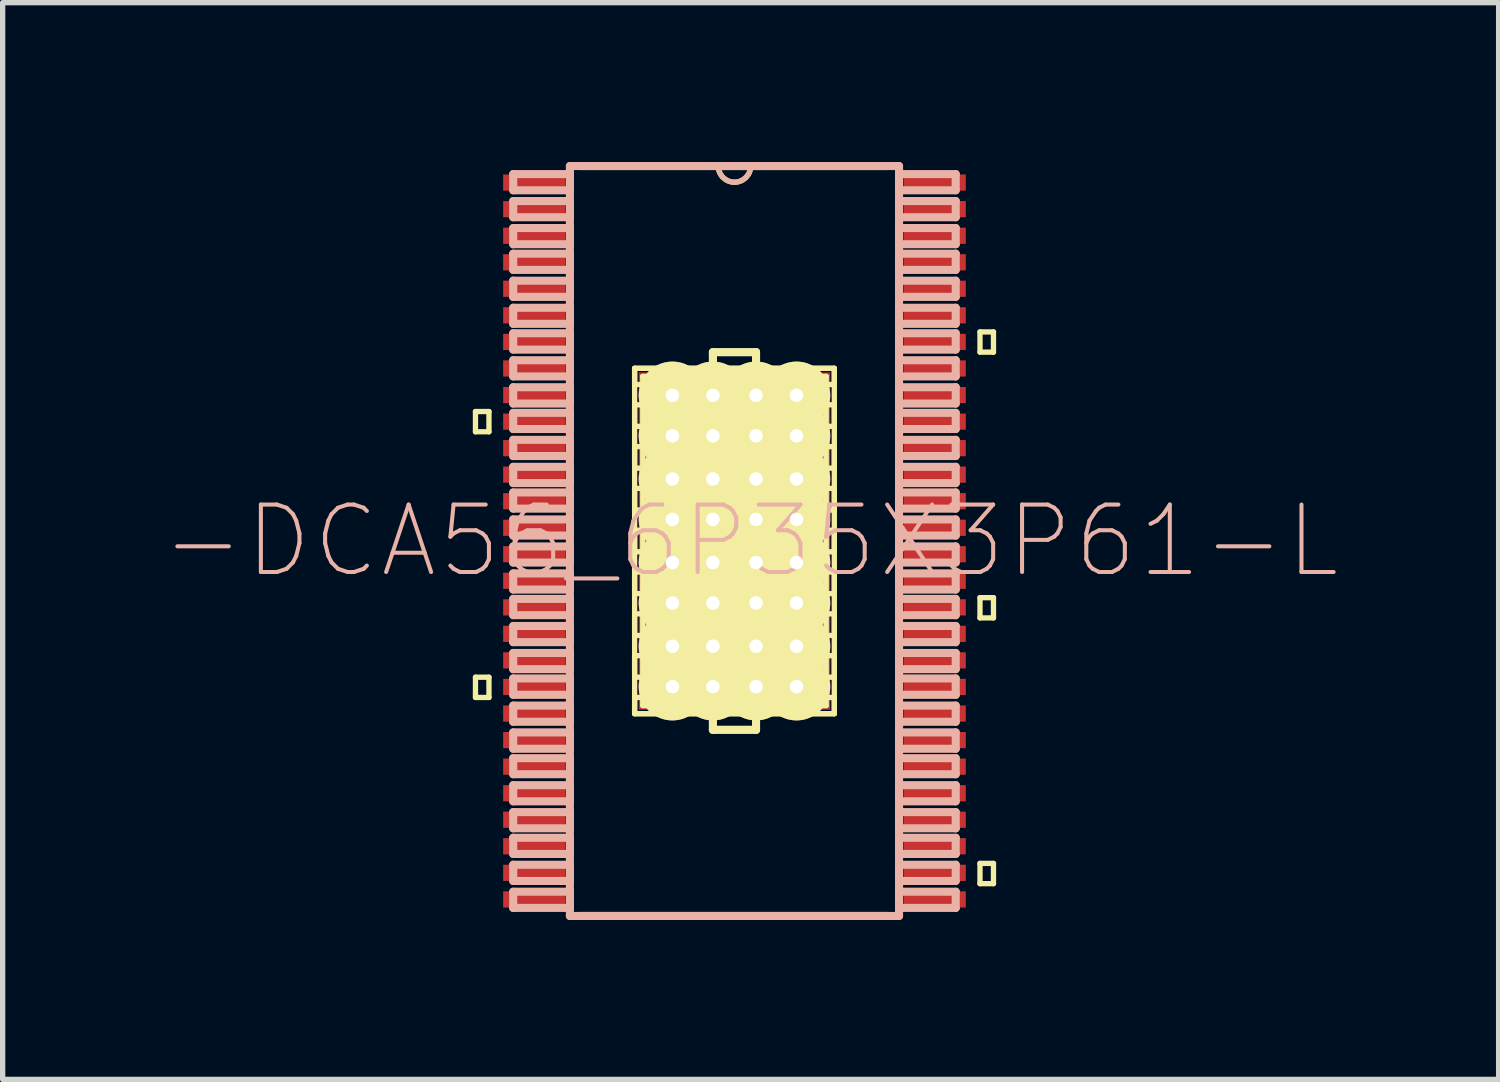
<source format=kicad_pcb>
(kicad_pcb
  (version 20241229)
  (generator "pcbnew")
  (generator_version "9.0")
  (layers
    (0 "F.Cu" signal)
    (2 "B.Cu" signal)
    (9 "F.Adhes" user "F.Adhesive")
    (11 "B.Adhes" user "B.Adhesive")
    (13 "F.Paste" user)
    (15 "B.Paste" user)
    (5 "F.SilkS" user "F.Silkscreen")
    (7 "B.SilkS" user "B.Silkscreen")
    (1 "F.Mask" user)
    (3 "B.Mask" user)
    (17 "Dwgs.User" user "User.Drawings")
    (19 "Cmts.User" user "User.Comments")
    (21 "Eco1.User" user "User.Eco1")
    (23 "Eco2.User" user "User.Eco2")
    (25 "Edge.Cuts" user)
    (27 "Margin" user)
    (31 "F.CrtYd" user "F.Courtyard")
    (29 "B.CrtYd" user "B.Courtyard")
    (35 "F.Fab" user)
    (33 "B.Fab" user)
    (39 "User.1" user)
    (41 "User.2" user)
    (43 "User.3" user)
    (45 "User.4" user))
  (footprint "-DCA56_6P35X3P61-L"
    (layer "F.Cu")
    (at 10.78 7.137)
    (property "Reference" "-DCA56_6P35X3P61-L" (at 0.305 0 0) (layer "B.SilkS") (effects (font (size 1.27 1.27) (thickness 0.076))))
    (attr smd)
    (fp_line (start -0.406 -3.556) (end 0.406 -3.556) (stroke (width 0.152) (type solid)) (layer "B.Cu"))
    (fp_line (start -0.406 -3.175) (end -0.406 -3.556) (stroke (width 0.152) (type solid)) (layer "B.Cu"))
    (fp_line (start -0.406 3.175) (end -0.406 3.556) (stroke (width 0.152) (type solid)) (layer "B.Cu"))
    (fp_line (start -0.406 3.556) (end 0.406 3.556) (stroke (width 0.152) (type solid)) (layer "B.Cu"))
    (fp_line (start 0.406 -3.556) (end 0.406 -3.175) (stroke (width 0.152) (type solid)) (layer "B.Cu"))
    (fp_line (start 0.406 -3.175) (end -0.406 -3.175) (stroke (width 0.152) (type solid)) (layer "B.Cu"))
    (fp_line (start 0.406 3.175) (end -0.406 3.175) (stroke (width 0.152) (type solid)) (layer "B.Cu"))
    (fp_line (start 0.406 3.556) (end 0.406 3.175) (stroke (width 0.152) (type solid)) (layer "B.Cu"))
    (fp_line (start -4.877 -2.438) (end -4.877 -2.057) (stroke (width 0.1) (type solid)) (layer "F.SilkS"))
    (fp_line (start -4.877 -2.057) (end -4.623 -2.057) (stroke (width 0.1) (type solid)) (layer "F.SilkS"))
    (fp_line (start -4.877 2.565) (end -4.877 2.946) (stroke (width 0.1) (type solid)) (layer "F.SilkS"))
    (fp_line (start -4.877 2.946) (end -4.623 2.946) (stroke (width 0.1) (type solid)) (layer "F.SilkS"))
    (fp_line (start -4.623 -2.438) (end -4.877 -2.438) (stroke (width 0.1) (type solid)) (layer "F.SilkS"))
    (fp_line (start -4.623 -2.057) (end -4.623 -2.438) (stroke (width 0.1) (type solid)) (layer "F.SilkS"))
    (fp_line (start -4.623 2.565) (end -4.877 2.565) (stroke (width 0.1) (type solid)) (layer "F.SilkS"))
    (fp_line (start -4.623 2.946) (end -4.623 2.565) (stroke (width 0.1) (type solid)) (layer "F.SilkS"))
    (fp_line (start -2.896 7.061) (end 2.896 7.061) (stroke (width 0.152) (type solid)) (layer "F.SilkS"))
    (fp_line (start -1.88 -3.251) (end -1.372 -3.251) (stroke (width 0.1) (type solid)) (layer "F.SilkS"))
    (fp_line (start -1.88 -3.251) (end 1.88 -3.251) (stroke (width 0.1) (type solid)) (layer "F.SilkS"))
    (fp_line (start -1.88 -2.946) (end -1.88 -3.251) (stroke (width 0.1) (type solid)) (layer "F.SilkS"))
    (fp_line (start -1.88 -2.565) (end 1.88 -2.565) (stroke (width 0.1) (type solid)) (layer "F.SilkS"))
    (fp_line (start -1.88 -2.159) (end -1.88 -2.565) (stroke (width 0.1) (type solid)) (layer "F.SilkS"))
    (fp_line (start -1.88 -1.778) (end 1.88 -1.778) (stroke (width 0.1) (type solid)) (layer "F.SilkS"))
    (fp_line (start -1.88 -1.372) (end -1.88 -1.778) (stroke (width 0.1) (type solid)) (layer "F.SilkS"))
    (fp_line (start -1.88 -0.991) (end 1.88 -0.991) (stroke (width 0.1) (type solid)) (layer "F.SilkS"))
    (fp_line (start -1.88 -0.584) (end -1.88 -0.991) (stroke (width 0.1) (type solid)) (layer "F.SilkS"))
    (fp_line (start -1.88 -0.203) (end 1.88 -0.203) (stroke (width 0.1) (type solid)) (layer "F.SilkS"))
    (fp_line (start -1.88 0.203) (end -1.88 -0.203) (stroke (width 0.1) (type solid)) (layer "F.SilkS"))
    (fp_line (start -1.88 0.584) (end 1.88 0.584) (stroke (width 0.1) (type solid)) (layer "F.SilkS"))
    (fp_line (start -1.88 0.991) (end -1.88 0.584) (stroke (width 0.1) (type solid)) (layer "F.SilkS"))
    (fp_line (start -1.88 1.372) (end 1.88 1.372) (stroke (width 0.1) (type solid)) (layer "F.SilkS"))
    (fp_line (start -1.88 1.778) (end -1.88 1.372) (stroke (width 0.1) (type solid)) (layer "F.SilkS"))
    (fp_line (start -1.88 2.159) (end 1.88 2.159) (stroke (width 0.1) (type solid)) (layer "F.SilkS"))
    (fp_line (start -1.88 2.565) (end -1.88 2.159) (stroke (width 0.1) (type solid)) (layer "F.SilkS"))
    (fp_line (start -1.88 2.946) (end 1.88 2.946) (stroke (width 0.1) (type solid)) (layer "F.SilkS"))
    (fp_line (start -1.88 3.251) (end -1.88 -3.251) (stroke (width 0.1) (type solid)) (layer "F.SilkS"))
    (fp_line (start -1.88 3.251) (end -1.88 2.946) (stroke (width 0.1) (type solid)) (layer "F.SilkS"))
    (fp_line (start -1.727 -3.099) (end -1.727 -2.845) (stroke (width 0.1) (type solid)) (layer "F.SilkS"))
    (fp_line (start -1.727 -2.845) (end -1.422 -2.845) (stroke (width 0.1) (type solid)) (layer "F.SilkS"))
    (fp_line (start -1.727 -2.667) (end -1.727 -2.057) (stroke (width 0.1) (type solid)) (layer "F.SilkS"))
    (fp_line (start -1.727 -2.057) (end -1.422 -2.057) (stroke (width 0.1) (type solid)) (layer "F.SilkS"))
    (fp_line (start -1.727 -1.88) (end -1.727 -1.27) (stroke (width 0.1) (type solid)) (layer "F.SilkS"))
    (fp_line (start -1.727 -1.27) (end -1.422 -1.27) (stroke (width 0.1) (type solid)) (layer "F.SilkS"))
    (fp_line (start -1.727 -1.09) (end -1.727 -0.483) (stroke (width 0.1) (type solid)) (layer "F.SilkS"))
    (fp_line (start -1.727 -0.483) (end -1.422 -0.483) (stroke (width 0.1) (type solid)) (layer "F.SilkS"))
    (fp_line (start -1.727 -0.305) (end -1.727 0.305) (stroke (width 0.1) (type solid)) (layer "F.SilkS"))
    (fp_line (start -1.727 0.305) (end -1.422 0.305) (stroke (width 0.1) (type solid)) (layer "F.SilkS"))
    (fp_line (start -1.727 0.483) (end -1.727 1.09) (stroke (width 0.1) (type solid)) (layer "F.SilkS"))
    (fp_line (start -1.727 1.09) (end -1.422 1.09) (stroke (width 0.1) (type solid)) (layer "F.SilkS"))
    (fp_line (start -1.727 1.27) (end -1.727 1.88) (stroke (width 0.1) (type solid)) (layer "F.SilkS"))
    (fp_line (start -1.727 1.88) (end -1.422 1.88) (stroke (width 0.1) (type solid)) (layer "F.SilkS"))
    (fp_line (start -1.727 2.057) (end -1.727 2.667) (stroke (width 0.1) (type solid)) (layer "F.SilkS"))
    (fp_line (start -1.727 2.667) (end -1.422 2.667) (stroke (width 0.1) (type solid)) (layer "F.SilkS"))
    (fp_line (start -1.727 2.845) (end -1.727 3.099) (stroke (width 0.1) (type solid)) (layer "F.SilkS"))
    (fp_line (start -1.727 3.099) (end -1.27 3.099) (stroke (width 0.1) (type solid)) (layer "F.SilkS"))
    (fp_line (start -1.422 -2.845) (end -1.27 -2.997) (stroke (width 0.1) (type solid)) (layer "F.SilkS"))
    (fp_line (start -1.422 -2.667) (end -1.727 -2.667) (stroke (width 0.1) (type solid)) (layer "F.SilkS"))
    (fp_line (start -1.422 -2.057) (end -1.27 -2.207) (stroke (width 0.1) (type solid)) (layer "F.SilkS"))
    (fp_line (start -1.422 -1.88) (end -1.727 -1.88) (stroke (width 0.1) (type solid)) (layer "F.SilkS"))
    (fp_line (start -1.422 -1.27) (end -1.27 -1.422) (stroke (width 0.1) (type solid)) (layer "F.SilkS"))
    (fp_line (start -1.422 -1.09) (end -1.727 -1.09) (stroke (width 0.1) (type solid)) (layer "F.SilkS"))
    (fp_line (start -1.422 -0.483) (end -1.27 -0.635) (stroke (width 0.1) (type solid)) (layer "F.SilkS"))
    (fp_line (start -1.422 -0.305) (end -1.727 -0.305) (stroke (width 0.1) (type solid)) (layer "F.SilkS"))
    (fp_line (start -1.422 0.305) (end -1.27 0.152) (stroke (width 0.1) (type solid)) (layer "F.SilkS"))
    (fp_line (start -1.422 0.483) (end -1.727 0.483) (stroke (width 0.1) (type solid)) (layer "F.SilkS"))
    (fp_line (start -1.422 1.09) (end -1.27 0.94) (stroke (width 0.1) (type solid)) (layer "F.SilkS"))
    (fp_line (start -1.422 1.27) (end -1.727 1.27) (stroke (width 0.1) (type solid)) (layer "F.SilkS"))
    (fp_line (start -1.422 1.88) (end -1.27 1.727) (stroke (width 0.1) (type solid)) (layer "F.SilkS"))
    (fp_line (start -1.422 2.057) (end -1.727 2.057) (stroke (width 0.1) (type solid)) (layer "F.SilkS"))
    (fp_line (start -1.422 2.667) (end -1.27 2.515) (stroke (width 0.1) (type solid)) (layer "F.SilkS"))
    (fp_line (start -1.422 2.845) (end -1.727 2.845) (stroke (width 0.1) (type solid)) (layer "F.SilkS"))
    (fp_line (start -1.372 -3.251) (end -1.372 3.251) (stroke (width 0.1) (type solid)) (layer "F.SilkS"))
    (fp_line (start -1.372 3.251) (end -1.88 3.251) (stroke (width 0.1) (type solid)) (layer "F.SilkS"))
    (fp_line (start -1.27 -3.099) (end -1.727 -3.099) (stroke (width 0.1) (type solid)) (layer "F.SilkS"))
    (fp_line (start -1.27 -2.997) (end -1.27 -3.099) (stroke (width 0.1) (type solid)) (layer "F.SilkS"))
    (fp_line (start -1.27 -2.515) (end -1.422 -2.667) (stroke (width 0.1) (type solid)) (layer "F.SilkS"))
    (fp_line (start -1.27 -2.207) (end -1.27 -2.515) (stroke (width 0.1) (type solid)) (layer "F.SilkS"))
    (fp_line (start -1.27 -1.727) (end -1.422 -1.88) (stroke (width 0.1) (type solid)) (layer "F.SilkS"))
    (fp_line (start -1.27 -1.422) (end -1.27 -1.727) (stroke (width 0.1) (type solid)) (layer "F.SilkS"))
    (fp_line (start -1.27 -0.94) (end -1.422 -1.09) (stroke (width 0.1) (type solid)) (layer "F.SilkS"))
    (fp_line (start -1.27 -0.635) (end -1.27 -0.94) (stroke (width 0.1) (type solid)) (layer "F.SilkS"))
    (fp_line (start -1.27 -0.152) (end -1.422 -0.305) (stroke (width 0.1) (type solid)) (layer "F.SilkS"))
    (fp_line (start -1.27 0.152) (end -1.27 -0.152) (stroke (width 0.1) (type solid)) (layer "F.SilkS"))
    (fp_line (start -1.27 0.635) (end -1.422 0.483) (stroke (width 0.1) (type solid)) (layer "F.SilkS"))
    (fp_line (start -1.27 0.94) (end -1.27 0.635) (stroke (width 0.1) (type solid)) (layer "F.SilkS"))
    (fp_line (start -1.27 1.422) (end -1.422 1.27) (stroke (width 0.1) (type solid)) (layer "F.SilkS"))
    (fp_line (start -1.27 1.727) (end -1.27 1.422) (stroke (width 0.1) (type solid)) (layer "F.SilkS"))
    (fp_line (start -1.27 2.207) (end -1.422 2.057) (stroke (width 0.1) (type solid)) (layer "F.SilkS"))
    (fp_line (start -1.27 2.515) (end -1.27 2.207) (stroke (width 0.1) (type solid)) (layer "F.SilkS"))
    (fp_line (start -1.27 2.997) (end -1.422 2.845) (stroke (width 0.1) (type solid)) (layer "F.SilkS"))
    (fp_line (start -1.27 3.099) (end -1.27 2.997) (stroke (width 0.1) (type solid)) (layer "F.SilkS"))
    (fp_line (start -1.09 -3.099) (end -1.09 -2.997) (stroke (width 0.1) (type solid)) (layer "F.SilkS"))
    (fp_line (start -1.09 -2.997) (end -0.94 -2.845) (stroke (width 0.1) (type solid)) (layer "F.SilkS"))
    (fp_line (start -1.09 -2.515) (end -1.09 -2.207) (stroke (width 0.1) (type solid)) (layer "F.SilkS"))
    (fp_line (start -1.09 -2.207) (end -0.94 -2.057) (stroke (width 0.1) (type solid)) (layer "F.SilkS"))
    (fp_line (start -1.09 -1.727) (end -1.09 -1.422) (stroke (width 0.1) (type solid)) (layer "F.SilkS"))
    (fp_line (start -1.09 -1.422) (end -0.94 -1.27) (stroke (width 0.1) (type solid)) (layer "F.SilkS"))
    (fp_line (start -1.09 -0.94) (end -1.09 -0.635) (stroke (width 0.1) (type solid)) (layer "F.SilkS"))
    (fp_line (start -1.09 -0.635) (end -0.94 -0.483) (stroke (width 0.1) (type solid)) (layer "F.SilkS"))
    (fp_line (start -1.09 -0.152) (end -1.09 0.152) (stroke (width 0.1) (type solid)) (layer "F.SilkS"))
    (fp_line (start -1.09 0.152) (end -0.94 0.305) (stroke (width 0.1) (type solid)) (layer "F.SilkS"))
    (fp_line (start -1.09 0.635) (end -1.09 0.94) (stroke (width 0.1) (type solid)) (layer "F.SilkS"))
    (fp_line (start -1.09 0.94) (end -0.94 1.09) (stroke (width 0.1) (type solid)) (layer "F.SilkS"))
    (fp_line (start -1.09 1.422) (end -1.09 1.727) (stroke (width 0.1) (type solid)) (layer "F.SilkS"))
    (fp_line (start -1.09 1.727) (end -0.94 1.88) (stroke (width 0.1) (type solid)) (layer "F.SilkS"))
    (fp_line (start -1.09 2.207) (end -1.09 2.515) (stroke (width 0.1) (type solid)) (layer "F.SilkS"))
    (fp_line (start -1.09 2.515) (end -0.94 2.667) (stroke (width 0.1) (type solid)) (layer "F.SilkS"))
    (fp_line (start -1.09 2.997) (end -1.09 3.099) (stroke (width 0.1) (type solid)) (layer "F.SilkS"))
    (fp_line (start -1.09 3.099) (end -0.483 3.099) (stroke (width 0.1) (type solid)) (layer "F.SilkS"))
    (fp_line (start -0.991 -3.251) (end -0.991 3.251) (stroke (width 0.1) (type solid)) (layer "F.SilkS"))
    (fp_line (start -0.991 3.251) (end -0.584 3.251) (stroke (width 0.1) (type solid)) (layer "F.SilkS"))
    (fp_line (start -0.94 -2.845) (end -0.635 -2.845) (stroke (width 0.1) (type solid)) (layer "F.SilkS"))
    (fp_line (start -0.94 -2.667) (end -1.09 -2.515) (stroke (width 0.1) (type solid)) (layer "F.SilkS"))
    (fp_line (start -0.94 -2.057) (end -0.635 -2.057) (stroke (width 0.1) (type solid)) (layer "F.SilkS"))
    (fp_line (start -0.94 -1.88) (end -1.09 -1.727) (stroke (width 0.1) (type solid)) (layer "F.SilkS"))
    (fp_line (start -0.94 -1.27) (end -0.635 -1.27) (stroke (width 0.1) (type solid)) (layer "F.SilkS"))
    (fp_line (start -0.94 -1.09) (end -1.09 -0.94) (stroke (width 0.1) (type solid)) (layer "F.SilkS"))
    (fp_line (start -0.94 -0.483) (end -0.635 -0.483) (stroke (width 0.1) (type solid)) (layer "F.SilkS"))
    (fp_line (start -0.94 -0.305) (end -1.09 -0.152) (stroke (width 0.1) (type solid)) (layer "F.SilkS"))
    (fp_line (start -0.94 0.305) (end -0.635 0.305) (stroke (width 0.1) (type solid)) (layer "F.SilkS"))
    (fp_line (start -0.94 0.483) (end -1.09 0.635) (stroke (width 0.1) (type solid)) (layer "F.SilkS"))
    (fp_line (start -0.94 1.09) (end -0.635 1.09) (stroke (width 0.1) (type solid)) (layer "F.SilkS"))
    (fp_line (start -0.94 1.27) (end -1.09 1.422) (stroke (width 0.1) (type solid)) (layer "F.SilkS"))
    (fp_line (start -0.94 1.88) (end -0.635 1.88) (stroke (width 0.1) (type solid)) (layer "F.SilkS"))
    (fp_line (start -0.94 2.057) (end -1.09 2.207) (stroke (width 0.1) (type solid)) (layer "F.SilkS"))
    (fp_line (start -0.94 2.667) (end -0.635 2.667) (stroke (width 0.1) (type solid)) (layer "F.SilkS"))
    (fp_line (start -0.94 2.845) (end -1.09 2.997) (stroke (width 0.1) (type solid)) (layer "F.SilkS"))
    (fp_line (start -0.635 -2.845) (end -0.483 -2.997) (stroke (width 0.1) (type solid)) (layer "F.SilkS"))
    (fp_line (start -0.635 -2.667) (end -0.94 -2.667) (stroke (width 0.1) (type solid)) (layer "F.SilkS"))
    (fp_line (start -0.635 -2.057) (end -0.483 -2.207) (stroke (width 0.1) (type solid)) (layer "F.SilkS"))
    (fp_line (start -0.635 -1.88) (end -0.94 -1.88) (stroke (width 0.1) (type solid)) (layer "F.SilkS"))
    (fp_line (start -0.635 -1.27) (end -0.483 -1.422) (stroke (width 0.1) (type solid)) (layer "F.SilkS"))
    (fp_line (start -0.635 -1.09) (end -0.94 -1.09) (stroke (width 0.1) (type solid)) (layer "F.SilkS"))
    (fp_line (start -0.635 -0.483) (end -0.483 -0.635) (stroke (width 0.1) (type solid)) (layer "F.SilkS"))
    (fp_line (start -0.635 -0.305) (end -0.94 -0.305) (stroke (width 0.1) (type solid)) (layer "F.SilkS"))
    (fp_line (start -0.635 0.305) (end -0.483 0.152) (stroke (width 0.1) (type solid)) (layer "F.SilkS"))
    (fp_line (start -0.635 0.483) (end -0.94 0.483) (stroke (width 0.1) (type solid)) (layer "F.SilkS"))
    (fp_line (start -0.635 1.09) (end -0.483 0.94) (stroke (width 0.1) (type solid)) (layer "F.SilkS"))
    (fp_line (start -0.635 1.27) (end -0.94 1.27) (stroke (width 0.1) (type solid)) (layer "F.SilkS"))
    (fp_line (start -0.635 1.88) (end -0.483 1.727) (stroke (width 0.1) (type solid)) (layer "F.SilkS"))
    (fp_line (start -0.635 2.057) (end -0.94 2.057) (stroke (width 0.1) (type solid)) (layer "F.SilkS"))
    (fp_line (start -0.635 2.667) (end -0.483 2.515) (stroke (width 0.1) (type solid)) (layer "F.SilkS"))
    (fp_line (start -0.635 2.845) (end -0.94 2.845) (stroke (width 0.1) (type solid)) (layer "F.SilkS"))
    (fp_line (start -0.584 -3.251) (end -0.991 -3.251) (stroke (width 0.1) (type solid)) (layer "F.SilkS"))
    (fp_line (start -0.584 3.251) (end -0.584 -3.251) (stroke (width 0.1) (type solid)) (layer "F.SilkS"))
    (fp_line (start -0.483 -3.099) (end -1.09 -3.099) (stroke (width 0.1) (type solid)) (layer "F.SilkS"))
    (fp_line (start -0.483 -2.997) (end -0.483 -3.099) (stroke (width 0.1) (type solid)) (layer "F.SilkS"))
    (fp_line (start -0.483 -2.515) (end -0.635 -2.667) (stroke (width 0.1) (type solid)) (layer "F.SilkS"))
    (fp_line (start -0.483 -2.207) (end -0.483 -2.515) (stroke (width 0.1) (type solid)) (layer "F.SilkS"))
    (fp_line (start -0.483 -1.727) (end -0.635 -1.88) (stroke (width 0.1) (type solid)) (layer "F.SilkS"))
    (fp_line (start -0.483 -1.422) (end -0.483 -1.727) (stroke (width 0.1) (type solid)) (layer "F.SilkS"))
    (fp_line (start -0.483 -0.94) (end -0.635 -1.09) (stroke (width 0.1) (type solid)) (layer "F.SilkS"))
    (fp_line (start -0.483 -0.635) (end -0.483 -0.94) (stroke (width 0.1) (type solid)) (layer "F.SilkS"))
    (fp_line (start -0.483 -0.152) (end -0.635 -0.305) (stroke (width 0.1) (type solid)) (layer "F.SilkS"))
    (fp_line (start -0.483 0.152) (end -0.483 -0.152) (stroke (width 0.1) (type solid)) (layer "F.SilkS"))
    (fp_line (start -0.483 0.635) (end -0.635 0.483) (stroke (width 0.1) (type solid)) (layer "F.SilkS"))
    (fp_line (start -0.483 0.94) (end -0.483 0.635) (stroke (width 0.1) (type solid)) (layer "F.SilkS"))
    (fp_line (start -0.483 1.422) (end -0.635 1.27) (stroke (width 0.1) (type solid)) (layer "F.SilkS"))
    (fp_line (start -0.483 1.727) (end -0.483 1.422) (stroke (width 0.1) (type solid)) (layer "F.SilkS"))
    (fp_line (start -0.483 2.207) (end -0.635 2.057) (stroke (width 0.1) (type solid)) (layer "F.SilkS"))
    (fp_line (start -0.483 2.515) (end -0.483 2.207) (stroke (width 0.1) (type solid)) (layer "F.SilkS"))
    (fp_line (start -0.483 2.997) (end -0.635 2.845) (stroke (width 0.1) (type solid)) (layer "F.SilkS"))
    (fp_line (start -0.483 3.099) (end -0.483 2.997) (stroke (width 0.1) (type solid)) (layer "F.SilkS"))
    (fp_line (start -0.406 -3.556) (end 0.406 -3.556) (stroke (width 0.152) (type solid)) (layer "F.SilkS"))
    (fp_line (start -0.406 -3.175) (end -0.406 -3.556) (stroke (width 0.152) (type solid)) (layer "F.SilkS"))
    (fp_line (start -0.406 3.175) (end -0.406 3.556) (stroke (width 0.152) (type solid)) (layer "F.SilkS"))
    (fp_line (start -0.406 3.556) (end 0.406 3.556) (stroke (width 0.152) (type solid)) (layer "F.SilkS"))
    (fp_line (start -0.305 -7.061) (end -2.896 -7.061) (stroke (width 0.152) (type solid)) (layer "F.SilkS"))
    (fp_line (start -0.305 -3.099) (end -0.305 -2.997) (stroke (width 0.1) (type solid)) (layer "F.SilkS"))
    (fp_line (start -0.305 -2.997) (end -0.152 -2.845) (stroke (width 0.1) (type solid)) (layer "F.SilkS"))
    (fp_line (start -0.305 -2.515) (end -0.305 -2.207) (stroke (width 0.1) (type solid)) (layer "F.SilkS"))
    (fp_line (start -0.305 -2.207) (end -0.152 -2.057) (stroke (width 0.1) (type solid)) (layer "F.SilkS"))
    (fp_line (start -0.305 -1.727) (end -0.305 -1.422) (stroke (width 0.1) (type solid)) (layer "F.SilkS"))
    (fp_line (start -0.305 -1.422) (end -0.152 -1.27) (stroke (width 0.1) (type solid)) (layer "F.SilkS"))
    (fp_line (start -0.305 -0.94) (end -0.305 -0.635) (stroke (width 0.1) (type solid)) (layer "F.SilkS"))
    (fp_line (start -0.305 -0.635) (end -0.152 -0.483) (stroke (width 0.1) (type solid)) (layer "F.SilkS"))
    (fp_line (start -0.305 -0.152) (end -0.305 0.152) (stroke (width 0.1) (type solid)) (layer "F.SilkS"))
    (fp_line (start -0.305 0.152) (end -0.152 0.305) (stroke (width 0.1) (type solid)) (layer "F.SilkS"))
    (fp_line (start -0.305 0.635) (end -0.305 0.94) (stroke (width 0.1) (type solid)) (layer "F.SilkS"))
    (fp_line (start -0.305 0.94) (end -0.152 1.09) (stroke (width 0.1) (type solid)) (layer "F.SilkS"))
    (fp_line (start -0.305 1.422) (end -0.305 1.727) (stroke (width 0.1) (type solid)) (layer "F.SilkS"))
    (fp_line (start -0.305 1.727) (end -0.152 1.88) (stroke (width 0.1) (type solid)) (layer "F.SilkS"))
    (fp_line (start -0.305 2.207) (end -0.305 2.515) (stroke (width 0.1) (type solid)) (layer "F.SilkS"))
    (fp_line (start -0.305 2.515) (end -0.152 2.667) (stroke (width 0.1) (type solid)) (layer "F.SilkS"))
    (fp_line (start -0.305 2.997) (end -0.305 3.099) (stroke (width 0.1) (type solid)) (layer "F.SilkS"))
    (fp_line (start -0.305 3.099) (end 0.305 3.099) (stroke (width 0.1) (type solid)) (layer "F.SilkS"))
    (fp_line (start -0.203 -3.251) (end -0.203 3.251) (stroke (width 0.1) (type solid)) (layer "F.SilkS"))
    (fp_line (start -0.203 3.251) (end 0.203 3.251) (stroke (width 0.1) (type solid)) (layer "F.SilkS"))
    (fp_line (start -0.152 -2.845) (end 0.152 -2.845) (stroke (width 0.1) (type solid)) (layer "F.SilkS"))
    (fp_line (start -0.152 -2.667) (end -0.305 -2.515) (stroke (width 0.1) (type solid)) (layer "F.SilkS"))
    (fp_line (start -0.152 -2.057) (end 0.152 -2.057) (stroke (width 0.1) (type solid)) (layer "F.SilkS"))
    (fp_line (start -0.152 -1.88) (end -0.305 -1.727) (stroke (width 0.1) (type solid)) (layer "F.SilkS"))
    (fp_line (start -0.152 -1.27) (end 0.152 -1.27) (stroke (width 0.1) (type solid)) (layer "F.SilkS"))
    (fp_line (start -0.152 -1.09) (end -0.305 -0.94) (stroke (width 0.1) (type solid)) (layer "F.SilkS"))
    (fp_line (start -0.152 -0.483) (end 0.152 -0.483) (stroke (width 0.1) (type solid)) (layer "F.SilkS"))
    (fp_line (start -0.152 -0.305) (end -0.305 -0.152) (stroke (width 0.1) (type solid)) (layer "F.SilkS"))
    (fp_line (start -0.152 0.305) (end 0.152 0.305) (stroke (width 0.1) (type solid)) (layer "F.SilkS"))
    (fp_line (start -0.152 0.483) (end -0.305 0.635) (stroke (width 0.1) (type solid)) (layer "F.SilkS"))
    (fp_line (start -0.152 1.09) (end 0.152 1.09) (stroke (width 0.1) (type solid)) (layer "F.SilkS"))
    (fp_line (start -0.152 1.27) (end -0.305 1.422) (stroke (width 0.1) (type solid)) (layer "F.SilkS"))
    (fp_line (start -0.152 1.88) (end 0.152 1.88) (stroke (width 0.1) (type solid)) (layer "F.SilkS"))
    (fp_line (start -0.152 2.057) (end -0.305 2.207) (stroke (width 0.1) (type solid)) (layer "F.SilkS"))
    (fp_line (start -0.152 2.667) (end 0.152 2.667) (stroke (width 0.1) (type solid)) (layer "F.SilkS"))
    (fp_line (start -0.152 2.845) (end -0.305 2.997) (stroke (width 0.1) (type solid)) (layer "F.SilkS"))
    (fp_line (start 0.152 -2.845) (end 0.305 -2.997) (stroke (width 0.1) (type solid)) (layer "F.SilkS"))
    (fp_line (start 0.152 -2.667) (end -0.152 -2.667) (stroke (width 0.1) (type solid)) (layer "F.SilkS"))
    (fp_line (start 0.152 -2.057) (end 0.305 -2.207) (stroke (width 0.1) (type solid)) (layer "F.SilkS"))
    (fp_line (start 0.152 -1.88) (end -0.152 -1.88) (stroke (width 0.1) (type solid)) (layer "F.SilkS"))
    (fp_line (start 0.152 -1.27) (end 0.305 -1.422) (stroke (width 0.1) (type solid)) (layer "F.SilkS"))
    (fp_line (start 0.152 -1.09) (end -0.152 -1.09) (stroke (width 0.1) (type solid)) (layer "F.SilkS"))
    (fp_line (start 0.152 -0.483) (end 0.305 -0.635) (stroke (width 0.1) (type solid)) (layer "F.SilkS"))
    (fp_line (start 0.152 -0.305) (end -0.152 -0.305) (stroke (width 0.1) (type solid)) (layer "F.SilkS"))
    (fp_line (start 0.152 0.305) (end 0.305 0.152) (stroke (width 0.1) (type solid)) (layer "F.SilkS"))
    (fp_line (start 0.152 0.483) (end -0.152 0.483) (stroke (width 0.1) (type solid)) (layer "F.SilkS"))
    (fp_line (start 0.152 1.09) (end 0.305 0.94) (stroke (width 0.1) (type solid)) (layer "F.SilkS"))
    (fp_line (start 0.152 1.27) (end -0.152 1.27) (stroke (width 0.1) (type solid)) (layer "F.SilkS"))
    (fp_line (start 0.152 1.88) (end 0.305 1.727) (stroke (width 0.1) (type solid)) (layer "F.SilkS"))
    (fp_line (start 0.152 2.057) (end -0.152 2.057) (stroke (width 0.1) (type solid)) (layer "F.SilkS"))
    (fp_line (start 0.152 2.667) (end 0.305 2.515) (stroke (width 0.1) (type solid)) (layer "F.SilkS"))
    (fp_line (start 0.152 2.845) (end -0.152 2.845) (stroke (width 0.1) (type solid)) (layer "F.SilkS"))
    (fp_line (start 0.203 -3.251) (end -0.203 -3.251) (stroke (width 0.1) (type solid)) (layer "F.SilkS"))
    (fp_line (start 0.203 3.251) (end 0.203 -3.251) (stroke (width 0.1) (type solid)) (layer "F.SilkS"))
    (fp_line (start 0.305 -7.061) (end -0.305 -7.061) (stroke (width 0.152) (type solid)) (layer "F.SilkS"))
    (fp_line (start 0.305 -3.099) (end -0.305 -3.099) (stroke (width 0.1) (type solid)) (layer "F.SilkS"))
    (fp_line (start 0.305 -2.997) (end 0.305 -3.099) (stroke (width 0.1) (type solid)) (layer "F.SilkS"))
    (fp_line (start 0.305 -2.515) (end 0.152 -2.667) (stroke (width 0.1) (type solid)) (layer "F.SilkS"))
    (fp_line (start 0.305 -2.207) (end 0.305 -2.515) (stroke (width 0.1) (type solid)) (layer "F.SilkS"))
    (fp_line (start 0.305 -1.727) (end 0.152 -1.88) (stroke (width 0.1) (type solid)) (layer "F.SilkS"))
    (fp_line (start 0.305 -1.422) (end 0.305 -1.727) (stroke (width 0.1) (type solid)) (layer "F.SilkS"))
    (fp_line (start 0.305 -0.94) (end 0.152 -1.09) (stroke (width 0.1) (type solid)) (layer "F.SilkS"))
    (fp_line (start 0.305 -0.635) (end 0.305 -0.94) (stroke (width 0.1) (type solid)) (layer "F.SilkS"))
    (fp_line (start 0.305 -0.152) (end 0.152 -0.305) (stroke (width 0.1) (type solid)) (layer "F.SilkS"))
    (fp_line (start 0.305 0.152) (end 0.305 -0.152) (stroke (width 0.1) (type solid)) (layer "F.SilkS"))
    (fp_line (start 0.305 0.635) (end 0.152 0.483) (stroke (width 0.1) (type solid)) (layer "F.SilkS"))
    (fp_line (start 0.305 0.94) (end 0.305 0.635) (stroke (width 0.1) (type solid)) (layer "F.SilkS"))
    (fp_line (start 0.305 1.422) (end 0.152 1.27) (stroke (width 0.1) (type solid)) (layer "F.SilkS"))
    (fp_line (start 0.305 1.727) (end 0.305 1.422) (stroke (width 0.1) (type solid)) (layer "F.SilkS"))
    (fp_line (start 0.305 2.207) (end 0.152 2.057) (stroke (width 0.1) (type solid)) (layer "F.SilkS"))
    (fp_line (start 0.305 2.515) (end 0.305 2.207) (stroke (width 0.1) (type solid)) (layer "F.SilkS"))
    (fp_line (start 0.305 2.997) (end 0.152 2.845) (stroke (width 0.1) (type solid)) (layer "F.SilkS"))
    (fp_line (start 0.305 3.099) (end 0.305 2.997) (stroke (width 0.1) (type solid)) (layer "F.SilkS"))
    (fp_line (start 0.406 -3.556) (end 0.406 -3.175) (stroke (width 0.152) (type solid)) (layer "F.SilkS"))
    (fp_line (start 0.406 -3.175) (end -0.406 -3.175) (stroke (width 0.152) (type solid)) (layer "F.SilkS"))
    (fp_line (start 0.406 3.175) (end -0.406 3.175) (stroke (width 0.152) (type solid)) (layer "F.SilkS"))
    (fp_line (start 0.406 3.556) (end 0.406 3.175) (stroke (width 0.152) (type solid)) (layer "F.SilkS"))
    (fp_line (start 0.483 -3.099) (end 0.483 -2.997) (stroke (width 0.1) (type solid)) (layer "F.SilkS"))
    (fp_line (start 0.483 -2.997) (end 0.635 -2.845) (stroke (width 0.1) (type solid)) (layer "F.SilkS"))
    (fp_line (start 0.483 -2.515) (end 0.483 -2.207) (stroke (width 0.1) (type solid)) (layer "F.SilkS"))
    (fp_line (start 0.483 -2.207) (end 0.635 -2.057) (stroke (width 0.1) (type solid)) (layer "F.SilkS"))
    (fp_line (start 0.483 -1.727) (end 0.483 -1.422) (stroke (width 0.1) (type solid)) (layer "F.SilkS"))
    (fp_line (start 0.483 -1.422) (end 0.635 -1.27) (stroke (width 0.1) (type solid)) (layer "F.SilkS"))
    (fp_line (start 0.483 -0.94) (end 0.483 -0.635) (stroke (width 0.1) (type solid)) (layer "F.SilkS"))
    (fp_line (start 0.483 -0.635) (end 0.635 -0.483) (stroke (width 0.1) (type solid)) (layer "F.SilkS"))
    (fp_line (start 0.483 -0.152) (end 0.483 0.152) (stroke (width 0.1) (type solid)) (layer "F.SilkS"))
    (fp_line (start 0.483 0.152) (end 0.635 0.305) (stroke (width 0.1) (type solid)) (layer "F.SilkS"))
    (fp_line (start 0.483 0.635) (end 0.483 0.94) (stroke (width 0.1) (type solid)) (layer "F.SilkS"))
    (fp_line (start 0.483 0.94) (end 0.635 1.09) (stroke (width 0.1) (type solid)) (layer "F.SilkS"))
    (fp_line (start 0.483 1.422) (end 0.483 1.727) (stroke (width 0.1) (type solid)) (layer "F.SilkS"))
    (fp_line (start 0.483 1.727) (end 0.635 1.88) (stroke (width 0.1) (type solid)) (layer "F.SilkS"))
    (fp_line (start 0.483 2.207) (end 0.483 2.515) (stroke (width 0.1) (type solid)) (layer "F.SilkS"))
    (fp_line (start 0.483 2.515) (end 0.635 2.667) (stroke (width 0.1) (type solid)) (layer "F.SilkS"))
    (fp_line (start 0.483 2.997) (end 0.483 3.099) (stroke (width 0.1) (type solid)) (layer "F.SilkS"))
    (fp_line (start 0.483 3.099) (end 1.09 3.099) (stroke (width 0.1) (type solid)) (layer "F.SilkS"))
    (fp_line (start 0.584 -3.251) (end 0.584 3.251) (stroke (width 0.1) (type solid)) (layer "F.SilkS"))
    (fp_line (start 0.584 3.251) (end 0.991 3.251) (stroke (width 0.1) (type solid)) (layer "F.SilkS"))
    (fp_line (start 0.635 -2.845) (end 0.94 -2.845) (stroke (width 0.1) (type solid)) (layer "F.SilkS"))
    (fp_line (start 0.635 -2.667) (end 0.483 -2.515) (stroke (width 0.1) (type solid)) (layer "F.SilkS"))
    (fp_line (start 0.635 -2.057) (end 0.94 -2.057) (stroke (width 0.1) (type solid)) (layer "F.SilkS"))
    (fp_line (start 0.635 -1.88) (end 0.483 -1.727) (stroke (width 0.1) (type solid)) (layer "F.SilkS"))
    (fp_line (start 0.635 -1.27) (end 0.94 -1.27) (stroke (width 0.1) (type solid)) (layer "F.SilkS"))
    (fp_line (start 0.635 -1.09) (end 0.483 -0.94) (stroke (width 0.1) (type solid)) (layer "F.SilkS"))
    (fp_line (start 0.635 -0.483) (end 0.94 -0.483) (stroke (width 0.1) (type solid)) (layer "F.SilkS"))
    (fp_line (start 0.635 -0.305) (end 0.483 -0.152) (stroke (width 0.1) (type solid)) (layer "F.SilkS"))
    (fp_line (start 0.635 0.305) (end 0.94 0.305) (stroke (width 0.1) (type solid)) (layer "F.SilkS"))
    (fp_line (start 0.635 0.483) (end 0.483 0.635) (stroke (width 0.1) (type solid)) (layer "F.SilkS"))
    (fp_line (start 0.635 1.09) (end 0.94 1.09) (stroke (width 0.1) (type solid)) (layer "F.SilkS"))
    (fp_line (start 0.635 1.27) (end 0.483 1.422) (stroke (width 0.1) (type solid)) (layer "F.SilkS"))
    (fp_line (start 0.635 1.88) (end 0.94 1.88) (stroke (width 0.1) (type solid)) (layer "F.SilkS"))
    (fp_line (start 0.635 2.057) (end 0.483 2.207) (stroke (width 0.1) (type solid)) (layer "F.SilkS"))
    (fp_line (start 0.635 2.667) (end 0.94 2.667) (stroke (width 0.1) (type solid)) (layer "F.SilkS"))
    (fp_line (start 0.635 2.845) (end 0.483 2.997) (stroke (width 0.1) (type solid)) (layer "F.SilkS"))
    (fp_line (start 0.94 -2.845) (end 1.09 -2.997) (stroke (width 0.1) (type solid)) (layer "F.SilkS"))
    (fp_line (start 0.94 -2.667) (end 0.635 -2.667) (stroke (width 0.1) (type solid)) (layer "F.SilkS"))
    (fp_line (start 0.94 -2.057) (end 1.09 -2.207) (stroke (width 0.1) (type solid)) (layer "F.SilkS"))
    (fp_line (start 0.94 -1.88) (end 0.635 -1.88) (stroke (width 0.1) (type solid)) (layer "F.SilkS"))
    (fp_line (start 0.94 -1.27) (end 1.09 -1.422) (stroke (width 0.1) (type solid)) (layer "F.SilkS"))
    (fp_line (start 0.94 -1.09) (end 0.635 -1.09) (stroke (width 0.1) (type solid)) (layer "F.SilkS"))
    (fp_line (start 0.94 -0.483) (end 1.09 -0.635) (stroke (width 0.1) (type solid)) (layer "F.SilkS"))
    (fp_line (start 0.94 -0.305) (end 0.635 -0.305) (stroke (width 0.1) (type solid)) (layer "F.SilkS"))
    (fp_line (start 0.94 0.305) (end 1.09 0.152) (stroke (width 0.1) (type solid)) (layer "F.SilkS"))
    (fp_line (start 0.94 0.483) (end 0.635 0.483) (stroke (width 0.1) (type solid)) (layer "F.SilkS"))
    (fp_line (start 0.94 1.09) (end 1.09 0.94) (stroke (width 0.1) (type solid)) (layer "F.SilkS"))
    (fp_line (start 0.94 1.27) (end 0.635 1.27) (stroke (width 0.1) (type solid)) (layer "F.SilkS"))
    (fp_line (start 0.94 1.88) (end 1.09 1.727) (stroke (width 0.1) (type solid)) (layer "F.SilkS"))
    (fp_line (start 0.94 2.057) (end 0.635 2.057) (stroke (width 0.1) (type solid)) (layer "F.SilkS"))
    (fp_line (start 0.94 2.667) (end 1.09 2.515) (stroke (width 0.1) (type solid)) (layer "F.SilkS"))
    (fp_line (start 0.94 2.845) (end 0.635 2.845) (stroke (width 0.1) (type solid)) (layer "F.SilkS"))
    (fp_line (start 0.991 -3.251) (end 0.584 -3.251) (stroke (width 0.1) (type solid)) (layer "F.SilkS"))
    (fp_line (start 0.991 3.251) (end 0.991 -3.251) (stroke (width 0.1) (type solid)) (layer "F.SilkS"))
    (fp_line (start 1.09 -3.099) (end 0.483 -3.099) (stroke (width 0.1) (type solid)) (layer "F.SilkS"))
    (fp_line (start 1.09 -2.997) (end 1.09 -3.099) (stroke (width 0.1) (type solid)) (layer "F.SilkS"))
    (fp_line (start 1.09 -2.515) (end 0.94 -2.667) (stroke (width 0.1) (type solid)) (layer "F.SilkS"))
    (fp_line (start 1.09 -2.207) (end 1.09 -2.515) (stroke (width 0.1) (type solid)) (layer "F.SilkS"))
    (fp_line (start 1.09 -1.727) (end 0.94 -1.88) (stroke (width 0.1) (type solid)) (layer "F.SilkS"))
    (fp_line (start 1.09 -1.422) (end 1.09 -1.727) (stroke (width 0.1) (type solid)) (layer "F.SilkS"))
    (fp_line (start 1.09 -0.94) (end 0.94 -1.09) (stroke (width 0.1) (type solid)) (layer "F.SilkS"))
    (fp_line (start 1.09 -0.635) (end 1.09 -0.94) (stroke (width 0.1) (type solid)) (layer "F.SilkS"))
    (fp_line (start 1.09 -0.152) (end 0.94 -0.305) (stroke (width 0.1) (type solid)) (layer "F.SilkS"))
    (fp_line (start 1.09 0.152) (end 1.09 -0.152) (stroke (width 0.1) (type solid)) (layer "F.SilkS"))
    (fp_line (start 1.09 0.635) (end 0.94 0.483) (stroke (width 0.1) (type solid)) (layer "F.SilkS"))
    (fp_line (start 1.09 0.94) (end 1.09 0.635) (stroke (width 0.1) (type solid)) (layer "F.SilkS"))
    (fp_line (start 1.09 1.422) (end 0.94 1.27) (stroke (width 0.1) (type solid)) (layer "F.SilkS"))
    (fp_line (start 1.09 1.727) (end 1.09 1.422) (stroke (width 0.1) (type solid)) (layer "F.SilkS"))
    (fp_line (start 1.09 2.207) (end 0.94 2.057) (stroke (width 0.1) (type solid)) (layer "F.SilkS"))
    (fp_line (start 1.09 2.515) (end 1.09 2.207) (stroke (width 0.1) (type solid)) (layer "F.SilkS"))
    (fp_line (start 1.09 2.997) (end 0.94 2.845) (stroke (width 0.1) (type solid)) (layer "F.SilkS"))
    (fp_line (start 1.09 3.099) (end 1.09 2.997) (stroke (width 0.1) (type solid)) (layer "F.SilkS"))
    (fp_line (start 1.27 -3.099) (end 1.27 -2.997) (stroke (width 0.1) (type solid)) (layer "F.SilkS"))
    (fp_line (start 1.27 -2.997) (end 1.422 -2.845) (stroke (width 0.1) (type solid)) (layer "F.SilkS"))
    (fp_line (start 1.27 -2.515) (end 1.27 -2.207) (stroke (width 0.1) (type solid)) (layer "F.SilkS"))
    (fp_line (start 1.27 -2.207) (end 1.422 -2.057) (stroke (width 0.1) (type solid)) (layer "F.SilkS"))
    (fp_line (start 1.27 -1.727) (end 1.27 -1.422) (stroke (width 0.1) (type solid)) (layer "F.SilkS"))
    (fp_line (start 1.27 -1.422) (end 1.422 -1.27) (stroke (width 0.1) (type solid)) (layer "F.SilkS"))
    (fp_line (start 1.27 -0.94) (end 1.27 -0.635) (stroke (width 0.1) (type solid)) (layer "F.SilkS"))
    (fp_line (start 1.27 -0.635) (end 1.422 -0.483) (stroke (width 0.1) (type solid)) (layer "F.SilkS"))
    (fp_line (start 1.27 -0.152) (end 1.27 0.152) (stroke (width 0.1) (type solid)) (layer "F.SilkS"))
    (fp_line (start 1.27 0.152) (end 1.422 0.305) (stroke (width 0.1) (type solid)) (layer "F.SilkS"))
    (fp_line (start 1.27 0.635) (end 1.27 0.94) (stroke (width 0.1) (type solid)) (layer "F.SilkS"))
    (fp_line (start 1.27 0.94) (end 1.422 1.09) (stroke (width 0.1) (type solid)) (layer "F.SilkS"))
    (fp_line (start 1.27 1.422) (end 1.27 1.727) (stroke (width 0.1) (type solid)) (layer "F.SilkS"))
    (fp_line (start 1.27 1.727) (end 1.422 1.88) (stroke (width 0.1) (type solid)) (layer "F.SilkS"))
    (fp_line (start 1.27 2.207) (end 1.27 2.515) (stroke (width 0.1) (type solid)) (layer "F.SilkS"))
    (fp_line (start 1.27 2.515) (end 1.422 2.667) (stroke (width 0.1) (type solid)) (layer "F.SilkS"))
    (fp_line (start 1.27 2.997) (end 1.27 3.099) (stroke (width 0.1) (type solid)) (layer "F.SilkS"))
    (fp_line (start 1.27 3.099) (end 1.727 3.099) (stroke (width 0.1) (type solid)) (layer "F.SilkS"))
    (fp_line (start 1.372 -3.251) (end 1.88 -3.251) (stroke (width 0.1) (type solid)) (layer "F.SilkS"))
    (fp_line (start 1.372 3.251) (end 1.372 -3.251) (stroke (width 0.1) (type solid)) (layer "F.SilkS"))
    (fp_line (start 1.422 -2.845) (end 1.727 -2.845) (stroke (width 0.1) (type solid)) (layer "F.SilkS"))
    (fp_line (start 1.422 -2.667) (end 1.27 -2.515) (stroke (width 0.1) (type solid)) (layer "F.SilkS"))
    (fp_line (start 1.422 -2.057) (end 1.727 -2.057) (stroke (width 0.1) (type solid)) (layer "F.SilkS"))
    (fp_line (start 1.422 -1.88) (end 1.27 -1.727) (stroke (width 0.1) (type solid)) (layer "F.SilkS"))
    (fp_line (start 1.422 -1.27) (end 1.727 -1.27) (stroke (width 0.1) (type solid)) (layer "F.SilkS"))
    (fp_line (start 1.422 -1.09) (end 1.27 -0.94) (stroke (width 0.1) (type solid)) (layer "F.SilkS"))
    (fp_line (start 1.422 -0.483) (end 1.727 -0.483) (stroke (width 0.1) (type solid)) (layer "F.SilkS"))
    (fp_line (start 1.422 -0.305) (end 1.27 -0.152) (stroke (width 0.1) (type solid)) (layer "F.SilkS"))
    (fp_line (start 1.422 0.305) (end 1.727 0.305) (stroke (width 0.1) (type solid)) (layer "F.SilkS"))
    (fp_line (start 1.422 0.483) (end 1.27 0.635) (stroke (width 0.1) (type solid)) (layer "F.SilkS"))
    (fp_line (start 1.422 1.09) (end 1.727 1.09) (stroke (width 0.1) (type solid)) (layer "F.SilkS"))
    (fp_line (start 1.422 1.27) (end 1.27 1.422) (stroke (width 0.1) (type solid)) (layer "F.SilkS"))
    (fp_line (start 1.422 1.88) (end 1.727 1.88) (stroke (width 0.1) (type solid)) (layer "F.SilkS"))
    (fp_line (start 1.422 2.057) (end 1.27 2.207) (stroke (width 0.1) (type solid)) (layer "F.SilkS"))
    (fp_line (start 1.422 2.667) (end 1.727 2.667) (stroke (width 0.1) (type solid)) (layer "F.SilkS"))
    (fp_line (start 1.422 2.845) (end 1.27 2.997) (stroke (width 0.1) (type solid)) (layer "F.SilkS"))
    (fp_line (start 1.727 -3.099) (end 1.27 -3.099) (stroke (width 0.1) (type solid)) (layer "F.SilkS"))
    (fp_line (start 1.727 -2.845) (end 1.727 -3.099) (stroke (width 0.1) (type solid)) (layer "F.SilkS"))
    (fp_line (start 1.727 -2.667) (end 1.422 -2.667) (stroke (width 0.1) (type solid)) (layer "F.SilkS"))
    (fp_line (start 1.727 -2.057) (end 1.727 -2.667) (stroke (width 0.1) (type solid)) (layer "F.SilkS"))
    (fp_line (start 1.727 -1.88) (end 1.422 -1.88) (stroke (width 0.1) (type solid)) (layer "F.SilkS"))
    (fp_line (start 1.727 -1.27) (end 1.727 -1.88) (stroke (width 0.1) (type solid)) (layer "F.SilkS"))
    (fp_line (start 1.727 -1.09) (end 1.422 -1.09) (stroke (width 0.1) (type solid)) (layer "F.SilkS"))
    (fp_line (start 1.727 -0.483) (end 1.727 -1.09) (stroke (width 0.1) (type solid)) (layer "F.SilkS"))
    (fp_line (start 1.727 -0.305) (end 1.422 -0.305) (stroke (width 0.1) (type solid)) (layer "F.SilkS"))
    (fp_line (start 1.727 0.305) (end 1.727 -0.305) (stroke (width 0.1) (type solid)) (layer "F.SilkS"))
    (fp_line (start 1.727 0.483) (end 1.422 0.483) (stroke (width 0.1) (type solid)) (layer "F.SilkS"))
    (fp_line (start 1.727 1.09) (end 1.727 0.483) (stroke (width 0.1) (type solid)) (layer "F.SilkS"))
    (fp_line (start 1.727 1.27) (end 1.422 1.27) (stroke (width 0.1) (type solid)) (layer "F.SilkS"))
    (fp_line (start 1.727 1.88) (end 1.727 1.27) (stroke (width 0.1) (type solid)) (layer "F.SilkS"))
    (fp_line (start 1.727 2.057) (end 1.422 2.057) (stroke (width 0.1) (type solid)) (layer "F.SilkS"))
    (fp_line (start 1.727 2.667) (end 1.727 2.057) (stroke (width 0.1) (type solid)) (layer "F.SilkS"))
    (fp_line (start 1.727 2.845) (end 1.422 2.845) (stroke (width 0.1) (type solid)) (layer "F.SilkS"))
    (fp_line (start 1.727 3.099) (end 1.727 2.845) (stroke (width 0.1) (type solid)) (layer "F.SilkS"))
    (fp_line (start 1.88 -3.251) (end 1.88 -2.946) (stroke (width 0.1) (type solid)) (layer "F.SilkS"))
    (fp_line (start 1.88 -3.251) (end 1.88 3.251) (stroke (width 0.1) (type solid)) (layer "F.SilkS"))
    (fp_line (start 1.88 -2.946) (end -1.88 -2.946) (stroke (width 0.1) (type solid)) (layer "F.SilkS"))
    (fp_line (start 1.88 -2.565) (end 1.88 -2.159) (stroke (width 0.1) (type solid)) (layer "F.SilkS"))
    (fp_line (start 1.88 -2.159) (end -1.88 -2.159) (stroke (width 0.1) (type solid)) (layer "F.SilkS"))
    (fp_line (start 1.88 -1.778) (end 1.88 -1.372) (stroke (width 0.1) (type solid)) (layer "F.SilkS"))
    (fp_line (start 1.88 -1.372) (end -1.88 -1.372) (stroke (width 0.1) (type solid)) (layer "F.SilkS"))
    (fp_line (start 1.88 -0.991) (end 1.88 -0.584) (stroke (width 0.1) (type solid)) (layer "F.SilkS"))
    (fp_line (start 1.88 -0.584) (end -1.88 -0.584) (stroke (width 0.1) (type solid)) (layer "F.SilkS"))
    (fp_line (start 1.88 -0.203) (end 1.88 0.203) (stroke (width 0.1) (type solid)) (layer "F.SilkS"))
    (fp_line (start 1.88 0.203) (end -1.88 0.203) (stroke (width 0.1) (type solid)) (layer "F.SilkS"))
    (fp_line (start 1.88 0.584) (end 1.88 0.991) (stroke (width 0.1) (type solid)) (layer "F.SilkS"))
    (fp_line (start 1.88 0.991) (end -1.88 0.991) (stroke (width 0.1) (type solid)) (layer "F.SilkS"))
    (fp_line (start 1.88 1.372) (end 1.88 1.778) (stroke (width 0.1) (type solid)) (layer "F.SilkS"))
    (fp_line (start 1.88 1.778) (end -1.88 1.778) (stroke (width 0.1) (type solid)) (layer "F.SilkS"))
    (fp_line (start 1.88 2.159) (end 1.88 2.565) (stroke (width 0.1) (type solid)) (layer "F.SilkS"))
    (fp_line (start 1.88 2.565) (end -1.88 2.565) (stroke (width 0.1) (type solid)) (layer "F.SilkS"))
    (fp_line (start 1.88 2.946) (end 1.88 3.251) (stroke (width 0.1) (type solid)) (layer "F.SilkS"))
    (fp_line (start 1.88 3.251) (end -1.88 3.251) (stroke (width 0.1) (type solid)) (layer "F.SilkS"))
    (fp_line (start 1.88 3.251) (end 1.372 3.251) (stroke (width 0.1) (type solid)) (layer "F.SilkS"))
    (fp_line (start 2.896 -7.061) (end 0.305 -7.061) (stroke (width 0.152) (type solid)) (layer "F.SilkS"))
    (fp_line (start 4.623 -3.937) (end 4.877 -3.937) (stroke (width 0.1) (type solid)) (layer "F.SilkS"))
    (fp_line (start 4.623 -3.556) (end 4.623 -3.937) (stroke (width 0.1) (type solid)) (layer "F.SilkS"))
    (fp_line (start 4.623 1.067) (end 4.877 1.067) (stroke (width 0.1) (type solid)) (layer "F.SilkS"))
    (fp_line (start 4.623 1.448) (end 4.623 1.067) (stroke (width 0.1) (type solid)) (layer "F.SilkS"))
    (fp_line (start 4.623 6.071) (end 4.877 6.071) (stroke (width 0.1) (type solid)) (layer "F.SilkS"))
    (fp_line (start 4.623 6.452) (end 4.623 6.071) (stroke (width 0.1) (type solid)) (layer "F.SilkS"))
    (fp_line (start 4.877 -3.937) (end 4.877 -3.556) (stroke (width 0.1) (type solid)) (layer "F.SilkS"))
    (fp_line (start 4.877 -3.556) (end 4.623 -3.556) (stroke (width 0.1) (type solid)) (layer "F.SilkS"))
    (fp_line (start 4.877 1.067) (end 4.877 1.448) (stroke (width 0.1) (type solid)) (layer "F.SilkS"))
    (fp_line (start 4.877 1.448) (end 4.623 1.448) (stroke (width 0.1) (type solid)) (layer "F.SilkS"))
    (fp_line (start 4.877 6.071) (end 4.877 6.452) (stroke (width 0.1) (type solid)) (layer "F.SilkS"))
    (fp_line (start 4.877 6.452) (end 4.623 6.452) (stroke (width 0.1) (type solid)) (layer "F.SilkS"))
    (fp_arc (start 0.3048 -7.0612) (mid 0 -6.7564) (end -0.3048 -7.0612) (stroke (width 0.1) (type solid)) (layer "F.SilkS"))
    (fp_line (start -4.166 -6.909) (end -4.166 -6.604) (stroke (width 0.152) (type solid)) (layer "B.SilkS"))
    (fp_line (start -4.166 -6.604) (end -3.099 -6.604) (stroke (width 0.152) (type solid)) (layer "B.SilkS"))
    (fp_line (start -4.166 -6.401) (end -4.166 -6.096) (stroke (width 0.152) (type solid)) (layer "B.SilkS"))
    (fp_line (start -4.166 -6.096) (end -3.099 -6.096) (stroke (width 0.152) (type solid)) (layer "B.SilkS"))
    (fp_line (start -4.166 -5.893) (end -4.166 -5.588) (stroke (width 0.152) (type solid)) (layer "B.SilkS"))
    (fp_line (start -4.166 -5.588) (end -3.099 -5.588) (stroke (width 0.152) (type solid)) (layer "B.SilkS"))
    (fp_line (start -4.166 -5.41) (end -4.166 -5.105) (stroke (width 0.152) (type solid)) (layer "B.SilkS"))
    (fp_line (start -4.166 -5.105) (end -3.099 -5.105) (stroke (width 0.152) (type solid)) (layer "B.SilkS"))
    (fp_line (start -4.166 -4.902) (end -4.166 -4.597) (stroke (width 0.152) (type solid)) (layer "B.SilkS"))
    (fp_line (start -4.166 -4.597) (end -3.099 -4.597) (stroke (width 0.152) (type solid)) (layer "B.SilkS"))
    (fp_line (start -4.166 -4.392) (end -4.166 -4.089) (stroke (width 0.152) (type solid)) (layer "B.SilkS"))
    (fp_line (start -4.166 -4.089) (end -3.099 -4.089) (stroke (width 0.152) (type solid)) (layer "B.SilkS"))
    (fp_line (start -4.166 -3.912) (end -4.166 -3.604) (stroke (width 0.152) (type solid)) (layer "B.SilkS"))
    (fp_line (start -4.166 -3.604) (end -3.099 -3.604) (stroke (width 0.152) (type solid)) (layer "B.SilkS"))
    (fp_line (start -4.166 -3.404) (end -4.166 -3.099) (stroke (width 0.152) (type solid)) (layer "B.SilkS"))
    (fp_line (start -4.166 -3.099) (end -3.099 -3.099) (stroke (width 0.152) (type solid)) (layer "B.SilkS"))
    (fp_line (start -4.166 -2.896) (end -4.166 -2.588) (stroke (width 0.152) (type solid)) (layer "B.SilkS"))
    (fp_line (start -4.166 -2.588) (end -3.099 -2.588) (stroke (width 0.152) (type solid)) (layer "B.SilkS"))
    (fp_line (start -4.166 -2.413) (end -4.166 -2.108) (stroke (width 0.152) (type solid)) (layer "B.SilkS"))
    (fp_line (start -4.166 -2.108) (end -3.099 -2.108) (stroke (width 0.152) (type solid)) (layer "B.SilkS"))
    (fp_line (start -4.166 -1.905) (end -4.166 -1.6) (stroke (width 0.152) (type solid)) (layer "B.SilkS"))
    (fp_line (start -4.166 -1.6) (end -3.099 -1.6) (stroke (width 0.152) (type solid)) (layer "B.SilkS"))
    (fp_line (start -4.166 -1.397) (end -4.166 -1.09) (stroke (width 0.152) (type solid)) (layer "B.SilkS"))
    (fp_line (start -4.166 -1.09) (end -3.099 -1.09) (stroke (width 0.152) (type solid)) (layer "B.SilkS"))
    (fp_line (start -4.166 -0.914) (end -4.166 -0.61) (stroke (width 0.152) (type solid)) (layer "B.SilkS"))
    (fp_line (start -4.166 -0.61) (end -3.099 -0.61) (stroke (width 0.152) (type solid)) (layer "B.SilkS"))
    (fp_line (start -4.166 -0.406) (end -4.166 -0.102) (stroke (width 0.152) (type solid)) (layer "B.SilkS"))
    (fp_line (start -4.166 -0.102) (end -3.099 -0.102) (stroke (width 0.152) (type solid)) (layer "B.SilkS"))
    (fp_line (start -4.166 0.102) (end -4.166 0.406) (stroke (width 0.152) (type solid)) (layer "B.SilkS"))
    (fp_line (start -4.166 0.406) (end -3.099 0.406) (stroke (width 0.152) (type solid)) (layer "B.SilkS"))
    (fp_line (start -4.166 0.61) (end -4.166 0.914) (stroke (width 0.152) (type solid)) (layer "B.SilkS"))
    (fp_line (start -4.166 0.914) (end -3.099 0.914) (stroke (width 0.152) (type solid)) (layer "B.SilkS"))
    (fp_line (start -4.166 1.09) (end -4.166 1.397) (stroke (width 0.152) (type solid)) (layer "B.SilkS"))
    (fp_line (start -4.166 1.397) (end -3.099 1.397) (stroke (width 0.152) (type solid)) (layer "B.SilkS"))
    (fp_line (start -4.166 1.6) (end -4.166 1.905) (stroke (width 0.152) (type solid)) (layer "B.SilkS"))
    (fp_line (start -4.166 1.905) (end -3.099 1.905) (stroke (width 0.152) (type solid)) (layer "B.SilkS"))
    (fp_line (start -4.166 2.108) (end -4.166 2.413) (stroke (width 0.152) (type solid)) (layer "B.SilkS"))
    (fp_line (start -4.166 2.413) (end -3.099 2.413) (stroke (width 0.152) (type solid)) (layer "B.SilkS"))
    (fp_line (start -4.166 2.588) (end -4.166 2.896) (stroke (width 0.152) (type solid)) (layer "B.SilkS"))
    (fp_line (start -4.166 2.896) (end -3.099 2.896) (stroke (width 0.152) (type solid)) (layer "B.SilkS"))
    (fp_line (start -4.166 3.099) (end -4.166 3.404) (stroke (width 0.152) (type solid)) (layer "B.SilkS"))
    (fp_line (start -4.166 3.404) (end -3.099 3.404) (stroke (width 0.152) (type solid)) (layer "B.SilkS"))
    (fp_line (start -4.166 3.604) (end -4.166 3.912) (stroke (width 0.152) (type solid)) (layer "B.SilkS"))
    (fp_line (start -4.166 3.912) (end -3.099 3.912) (stroke (width 0.152) (type solid)) (layer "B.SilkS"))
    (fp_line (start -4.166 4.089) (end -4.166 4.392) (stroke (width 0.152) (type solid)) (layer "B.SilkS"))
    (fp_line (start -4.166 4.392) (end -3.099 4.392) (stroke (width 0.152) (type solid)) (layer "B.SilkS"))
    (fp_line (start -4.166 4.597) (end -4.166 4.902) (stroke (width 0.152) (type solid)) (layer "B.SilkS"))
    (fp_line (start -4.166 4.902) (end -3.099 4.902) (stroke (width 0.152) (type solid)) (layer "B.SilkS"))
    (fp_line (start -4.166 5.105) (end -4.166 5.41) (stroke (width 0.152) (type solid)) (layer "B.SilkS"))
    (fp_line (start -4.166 5.41) (end -3.099 5.41) (stroke (width 0.152) (type solid)) (layer "B.SilkS"))
    (fp_line (start -4.166 5.588) (end -4.166 5.893) (stroke (width 0.152) (type solid)) (layer "B.SilkS"))
    (fp_line (start -4.166 5.893) (end -3.099 5.893) (stroke (width 0.152) (type solid)) (layer "B.SilkS"))
    (fp_line (start -4.166 6.096) (end -4.166 6.401) (stroke (width 0.152) (type solid)) (layer "B.SilkS"))
    (fp_line (start -4.166 6.401) (end -3.099 6.401) (stroke (width 0.152) (type solid)) (layer "B.SilkS"))
    (fp_line (start -4.166 6.604) (end -4.166 6.909) (stroke (width 0.152) (type solid)) (layer "B.SilkS"))
    (fp_line (start -4.166 6.909) (end -3.099 6.909) (stroke (width 0.152) (type solid)) (layer "B.SilkS"))
    (fp_line (start -3.099 -7.061) (end -3.099 7.061) (stroke (width 0.152) (type solid)) (layer "B.SilkS"))
    (fp_line (start -3.099 -6.909) (end -4.166 -6.909) (stroke (width 0.152) (type solid)) (layer "B.SilkS"))
    (fp_line (start -3.099 -6.604) (end -3.099 -6.909) (stroke (width 0.152) (type solid)) (layer "B.SilkS"))
    (fp_line (start -3.099 -6.401) (end -4.166 -6.401) (stroke (width 0.152) (type solid)) (layer "B.SilkS"))
    (fp_line (start -3.099 -6.096) (end -3.099 -6.401) (stroke (width 0.152) (type solid)) (layer "B.SilkS"))
    (fp_line (start -3.099 -5.893) (end -4.166 -5.893) (stroke (width 0.152) (type solid)) (layer "B.SilkS"))
    (fp_line (start -3.099 -5.588) (end -3.099 -5.893) (stroke (width 0.152) (type solid)) (layer "B.SilkS"))
    (fp_line (start -3.099 -5.41) (end -4.166 -5.41) (stroke (width 0.152) (type solid)) (layer "B.SilkS"))
    (fp_line (start -3.099 -5.105) (end -3.099 -5.41) (stroke (width 0.152) (type solid)) (layer "B.SilkS"))
    (fp_line (start -3.099 -4.902) (end -4.166 -4.902) (stroke (width 0.152) (type solid)) (layer "B.SilkS"))
    (fp_line (start -3.099 -4.597) (end -3.099 -4.902) (stroke (width 0.152) (type solid)) (layer "B.SilkS"))
    (fp_line (start -3.099 -4.392) (end -4.166 -4.392) (stroke (width 0.152) (type solid)) (layer "B.SilkS"))
    (fp_line (start -3.099 -4.089) (end -3.099 -4.392) (stroke (width 0.152) (type solid)) (layer "B.SilkS"))
    (fp_line (start -3.099 -3.912) (end -4.166 -3.912) (stroke (width 0.152) (type solid)) (layer "B.SilkS"))
    (fp_line (start -3.099 -3.604) (end -3.099 -3.912) (stroke (width 0.152) (type solid)) (layer "B.SilkS"))
    (fp_line (start -3.099 -3.404) (end -4.166 -3.404) (stroke (width 0.152) (type solid)) (layer "B.SilkS"))
    (fp_line (start -3.099 -3.099) (end -3.099 -3.404) (stroke (width 0.152) (type solid)) (layer "B.SilkS"))
    (fp_line (start -3.099 -2.896) (end -4.166 -2.896) (stroke (width 0.152) (type solid)) (layer "B.SilkS"))
    (fp_line (start -3.099 -2.588) (end -3.099 -2.896) (stroke (width 0.152) (type solid)) (layer "B.SilkS"))
    (fp_line (start -3.099 -2.413) (end -4.166 -2.413) (stroke (width 0.152) (type solid)) (layer "B.SilkS"))
    (fp_line (start -3.099 -2.108) (end -3.099 -2.413) (stroke (width 0.152) (type solid)) (layer "B.SilkS"))
    (fp_line (start -3.099 -1.905) (end -4.166 -1.905) (stroke (width 0.152) (type solid)) (layer "B.SilkS"))
    (fp_line (start -3.099 -1.6) (end -3.099 -1.905) (stroke (width 0.152) (type solid)) (layer "B.SilkS"))
    (fp_line (start -3.099 -1.397) (end -4.166 -1.397) (stroke (width 0.152) (type solid)) (layer "B.SilkS"))
    (fp_line (start -3.099 -1.09) (end -3.099 -1.397) (stroke (width 0.152) (type solid)) (layer "B.SilkS"))
    (fp_line (start -3.099 -0.914) (end -4.166 -0.914) (stroke (width 0.152) (type solid)) (layer "B.SilkS"))
    (fp_line (start -3.099 -0.61) (end -3.099 -0.914) (stroke (width 0.152) (type solid)) (layer "B.SilkS"))
    (fp_line (start -3.099 -0.406) (end -4.166 -0.406) (stroke (width 0.152) (type solid)) (layer "B.SilkS"))
    (fp_line (start -3.099 -0.102) (end -3.099 -0.406) (stroke (width 0.152) (type solid)) (layer "B.SilkS"))
    (fp_line (start -3.099 0.102) (end -4.166 0.102) (stroke (width 0.152) (type solid)) (layer "B.SilkS"))
    (fp_line (start -3.099 0.406) (end -3.099 0.102) (stroke (width 0.152) (type solid)) (layer "B.SilkS"))
    (fp_line (start -3.099 0.61) (end -4.166 0.61) (stroke (width 0.152) (type solid)) (layer "B.SilkS"))
    (fp_line (start -3.099 0.914) (end -3.099 0.61) (stroke (width 0.152) (type solid)) (layer "B.SilkS"))
    (fp_line (start -3.099 1.09) (end -4.166 1.09) (stroke (width 0.152) (type solid)) (layer "B.SilkS"))
    (fp_line (start -3.099 1.397) (end -3.099 1.09) (stroke (width 0.152) (type solid)) (layer "B.SilkS"))
    (fp_line (start -3.099 1.6) (end -4.166 1.6) (stroke (width 0.152) (type solid)) (layer "B.SilkS"))
    (fp_line (start -3.099 1.905) (end -3.099 1.6) (stroke (width 0.152) (type solid)) (layer "B.SilkS"))
    (fp_line (start -3.099 2.108) (end -4.166 2.108) (stroke (width 0.152) (type solid)) (layer "B.SilkS"))
    (fp_line (start -3.099 2.413) (end -3.099 2.108) (stroke (width 0.152) (type solid)) (layer "B.SilkS"))
    (fp_line (start -3.099 2.588) (end -4.166 2.588) (stroke (width 0.152) (type solid)) (layer "B.SilkS"))
    (fp_line (start -3.099 2.896) (end -3.099 2.588) (stroke (width 0.152) (type solid)) (layer "B.SilkS"))
    (fp_line (start -3.099 3.099) (end -4.166 3.099) (stroke (width 0.152) (type solid)) (layer "B.SilkS"))
    (fp_line (start -3.099 3.404) (end -3.099 3.099) (stroke (width 0.152) (type solid)) (layer "B.SilkS"))
    (fp_line (start -3.099 3.604) (end -4.166 3.604) (stroke (width 0.152) (type solid)) (layer "B.SilkS"))
    (fp_line (start -3.099 3.912) (end -3.099 3.604) (stroke (width 0.152) (type solid)) (layer "B.SilkS"))
    (fp_line (start -3.099 4.089) (end -4.166 4.089) (stroke (width 0.152) (type solid)) (layer "B.SilkS"))
    (fp_line (start -3.099 4.392) (end -3.099 4.089) (stroke (width 0.152) (type solid)) (layer "B.SilkS"))
    (fp_line (start -3.099 4.597) (end -4.166 4.597) (stroke (width 0.152) (type solid)) (layer "B.SilkS"))
    (fp_line (start -3.099 4.902) (end -3.099 4.597) (stroke (width 0.152) (type solid)) (layer "B.SilkS"))
    (fp_line (start -3.099 5.105) (end -4.166 5.105) (stroke (width 0.152) (type solid)) (layer "B.SilkS"))
    (fp_line (start -3.099 5.41) (end -3.099 5.105) (stroke (width 0.152) (type solid)) (layer "B.SilkS"))
    (fp_line (start -3.099 5.588) (end -4.166 5.588) (stroke (width 0.152) (type solid)) (layer "B.SilkS"))
    (fp_line (start -3.099 5.893) (end -3.099 5.588) (stroke (width 0.152) (type solid)) (layer "B.SilkS"))
    (fp_line (start -3.099 6.096) (end -4.166 6.096) (stroke (width 0.152) (type solid)) (layer "B.SilkS"))
    (fp_line (start -3.099 6.401) (end -3.099 6.096) (stroke (width 0.152) (type solid)) (layer "B.SilkS"))
    (fp_line (start -3.099 6.604) (end -4.166 6.604) (stroke (width 0.152) (type solid)) (layer "B.SilkS"))
    (fp_line (start -3.099 6.909) (end -3.099 6.604) (stroke (width 0.152) (type solid)) (layer "B.SilkS"))
    (fp_line (start -3.099 7.061) (end 3.099 7.061) (stroke (width 0.152) (type solid)) (layer "B.SilkS"))
    (fp_line (start -0.305 -7.061) (end -3.099 -7.061) (stroke (width 0.152) (type solid)) (layer "B.SilkS"))
    (fp_line (start 0.305 -7.061) (end -0.305 -7.061) (stroke (width 0.152) (type solid)) (layer "B.SilkS"))
    (fp_line (start 3.099 -7.061) (end 0.305 -7.061) (stroke (width 0.152) (type solid)) (layer "B.SilkS"))
    (fp_line (start 3.099 -6.909) (end 3.099 -6.604) (stroke (width 0.152) (type solid)) (layer "B.SilkS"))
    (fp_line (start 3.099 -6.604) (end 4.166 -6.604) (stroke (width 0.152) (type solid)) (layer "B.SilkS"))
    (fp_line (start 3.099 -6.401) (end 3.099 -6.096) (stroke (width 0.152) (type solid)) (layer "B.SilkS"))
    (fp_line (start 3.099 -6.096) (end 4.166 -6.096) (stroke (width 0.152) (type solid)) (layer "B.SilkS"))
    (fp_line (start 3.099 -5.893) (end 3.099 -5.588) (stroke (width 0.152) (type solid)) (layer "B.SilkS"))
    (fp_line (start 3.099 -5.588) (end 4.166 -5.588) (stroke (width 0.152) (type solid)) (layer "B.SilkS"))
    (fp_line (start 3.099 -5.41) (end 3.099 -5.105) (stroke (width 0.152) (type solid)) (layer "B.SilkS"))
    (fp_line (start 3.099 -5.105) (end 4.166 -5.105) (stroke (width 0.152) (type solid)) (layer "B.SilkS"))
    (fp_line (start 3.099 -4.902) (end 3.099 -4.597) (stroke (width 0.152) (type solid)) (layer "B.SilkS"))
    (fp_line (start 3.099 -4.597) (end 4.166 -4.597) (stroke (width 0.152) (type solid)) (layer "B.SilkS"))
    (fp_line (start 3.099 -4.392) (end 3.099 -4.089) (stroke (width 0.152) (type solid)) (layer "B.SilkS"))
    (fp_line (start 3.099 -4.089) (end 4.166 -4.089) (stroke (width 0.152) (type solid)) (layer "B.SilkS"))
    (fp_line (start 3.099 -3.912) (end 3.099 -3.604) (stroke (width 0.152) (type solid)) (layer "B.SilkS"))
    (fp_line (start 3.099 -3.604) (end 4.166 -3.604) (stroke (width 0.152) (type solid)) (layer "B.SilkS"))
    (fp_line (start 3.099 -3.404) (end 3.099 -3.099) (stroke (width 0.152) (type solid)) (layer "B.SilkS"))
    (fp_line (start 3.099 -3.099) (end 4.166 -3.099) (stroke (width 0.152) (type solid)) (layer "B.SilkS"))
    (fp_line (start 3.099 -2.896) (end 3.099 -2.588) (stroke (width 0.152) (type solid)) (layer "B.SilkS"))
    (fp_line (start 3.099 -2.588) (end 4.166 -2.588) (stroke (width 0.152) (type solid)) (layer "B.SilkS"))
    (fp_line (start 3.099 -2.413) (end 3.099 -2.108) (stroke (width 0.152) (type solid)) (layer "B.SilkS"))
    (fp_line (start 3.099 -2.108) (end 4.166 -2.108) (stroke (width 0.152) (type solid)) (layer "B.SilkS"))
    (fp_line (start 3.099 -1.905) (end 3.099 -1.6) (stroke (width 0.152) (type solid)) (layer "B.SilkS"))
    (fp_line (start 3.099 -1.6) (end 4.166 -1.6) (stroke (width 0.152) (type solid)) (layer "B.SilkS"))
    (fp_line (start 3.099 -1.397) (end 3.099 -1.09) (stroke (width 0.152) (type solid)) (layer "B.SilkS"))
    (fp_line (start 3.099 -1.09) (end 4.166 -1.09) (stroke (width 0.152) (type solid)) (layer "B.SilkS"))
    (fp_line (start 3.099 -0.914) (end 3.099 -0.61) (stroke (width 0.152) (type solid)) (layer "B.SilkS"))
    (fp_line (start 3.099 -0.61) (end 4.166 -0.61) (stroke (width 0.152) (type solid)) (layer "B.SilkS"))
    (fp_line (start 3.099 -0.406) (end 3.099 -0.102) (stroke (width 0.152) (type solid)) (layer "B.SilkS"))
    (fp_line (start 3.099 -0.102) (end 4.166 -0.102) (stroke (width 0.152) (type solid)) (layer "B.SilkS"))
    (fp_line (start 3.099 0.102) (end 3.099 0.406) (stroke (width 0.152) (type solid)) (layer "B.SilkS"))
    (fp_line (start 3.099 0.406) (end 4.166 0.406) (stroke (width 0.152) (type solid)) (layer "B.SilkS"))
    (fp_line (start 3.099 0.61) (end 3.099 0.914) (stroke (width 0.152) (type solid)) (layer "B.SilkS"))
    (fp_line (start 3.099 0.914) (end 4.166 0.914) (stroke (width 0.152) (type solid)) (layer "B.SilkS"))
    (fp_line (start 3.099 1.09) (end 3.099 1.397) (stroke (width 0.152) (type solid)) (layer "B.SilkS"))
    (fp_line (start 3.099 1.397) (end 4.166 1.397) (stroke (width 0.152) (type solid)) (layer "B.SilkS"))
    (fp_line (start 3.099 1.6) (end 3.099 1.905) (stroke (width 0.152) (type solid)) (layer "B.SilkS"))
    (fp_line (start 3.099 1.905) (end 4.166 1.905) (stroke (width 0.152) (type solid)) (layer "B.SilkS"))
    (fp_line (start 3.099 2.108) (end 3.099 2.413) (stroke (width 0.152) (type solid)) (layer "B.SilkS"))
    (fp_line (start 3.099 2.413) (end 4.166 2.413) (stroke (width 0.152) (type solid)) (layer "B.SilkS"))
    (fp_line (start 3.099 2.588) (end 3.099 2.896) (stroke (width 0.152) (type solid)) (layer "B.SilkS"))
    (fp_line (start 3.099 2.896) (end 4.166 2.896) (stroke (width 0.152) (type solid)) (layer "B.SilkS"))
    (fp_line (start 3.099 3.099) (end 3.099 3.404) (stroke (width 0.152) (type solid)) (layer "B.SilkS"))
    (fp_line (start 3.099 3.404) (end 4.166 3.404) (stroke (width 0.152) (type solid)) (layer "B.SilkS"))
    (fp_line (start 3.099 3.604) (end 3.099 3.912) (stroke (width 0.152) (type solid)) (layer "B.SilkS"))
    (fp_line (start 3.099 3.912) (end 4.166 3.912) (stroke (width 0.152) (type solid)) (layer "B.SilkS"))
    (fp_line (start 3.099 4.089) (end 3.099 4.392) (stroke (width 0.152) (type solid)) (layer "B.SilkS"))
    (fp_line (start 3.099 4.392) (end 4.166 4.392) (stroke (width 0.152) (type solid)) (layer "B.SilkS"))
    (fp_line (start 3.099 4.597) (end 3.099 4.902) (stroke (width 0.152) (type solid)) (layer "B.SilkS"))
    (fp_line (start 3.099 4.902) (end 4.166 4.902) (stroke (width 0.152) (type solid)) (layer "B.SilkS"))
    (fp_line (start 3.099 5.105) (end 3.099 5.41) (stroke (width 0.152) (type solid)) (layer "B.SilkS"))
    (fp_line (start 3.099 5.41) (end 4.166 5.41) (stroke (width 0.152) (type solid)) (layer "B.SilkS"))
    (fp_line (start 3.099 5.588) (end 3.099 5.893) (stroke (width 0.152) (type solid)) (layer "B.SilkS"))
    (fp_line (start 3.099 5.893) (end 4.166 5.893) (stroke (width 0.152) (type solid)) (layer "B.SilkS"))
    (fp_line (start 3.099 6.096) (end 3.099 6.401) (stroke (width 0.152) (type solid)) (layer "B.SilkS"))
    (fp_line (start 3.099 6.401) (end 4.166 6.401) (stroke (width 0.152) (type solid)) (layer "B.SilkS"))
    (fp_line (start 3.099 6.604) (end 3.099 6.909) (stroke (width 0.152) (type solid)) (layer "B.SilkS"))
    (fp_line (start 3.099 6.909) (end 4.166 6.909) (stroke (width 0.152) (type solid)) (layer "B.SilkS"))
    (fp_line (start 3.099 7.061) (end 3.099 -7.061) (stroke (width 0.152) (type solid)) (layer "B.SilkS"))
    (fp_line (start 4.166 -6.909) (end 3.099 -6.909) (stroke (width 0.152) (type solid)) (layer "B.SilkS"))
    (fp_line (start 4.166 -6.604) (end 4.166 -6.909) (stroke (width 0.152) (type solid)) (layer "B.SilkS"))
    (fp_line (start 4.166 -6.401) (end 3.099 -6.401) (stroke (width 0.152) (type solid)) (layer "B.SilkS"))
    (fp_line (start 4.166 -6.096) (end 4.166 -6.401) (stroke (width 0.152) (type solid)) (layer "B.SilkS"))
    (fp_line (start 4.166 -5.893) (end 3.099 -5.893) (stroke (width 0.152) (type solid)) (layer "B.SilkS"))
    (fp_line (start 4.166 -5.588) (end 4.166 -5.893) (stroke (width 0.152) (type solid)) (layer "B.SilkS"))
    (fp_line (start 4.166 -5.41) (end 3.099 -5.41) (stroke (width 0.152) (type solid)) (layer "B.SilkS"))
    (fp_line (start 4.166 -5.105) (end 4.166 -5.41) (stroke (width 0.152) (type solid)) (layer "B.SilkS"))
    (fp_line (start 4.166 -4.902) (end 3.099 -4.902) (stroke (width 0.152) (type solid)) (layer "B.SilkS"))
    (fp_line (start 4.166 -4.597) (end 4.166 -4.902) (stroke (width 0.152) (type solid)) (layer "B.SilkS"))
    (fp_line (start 4.166 -4.392) (end 3.099 -4.392) (stroke (width 0.152) (type solid)) (layer "B.SilkS"))
    (fp_line (start 4.166 -4.089) (end 4.166 -4.392) (stroke (width 0.152) (type solid)) (layer "B.SilkS"))
    (fp_line (start 4.166 -3.912) (end 3.099 -3.912) (stroke (width 0.152) (type solid)) (layer "B.SilkS"))
    (fp_line (start 4.166 -3.604) (end 4.166 -3.912) (stroke (width 0.152) (type solid)) (layer "B.SilkS"))
    (fp_line (start 4.166 -3.404) (end 3.099 -3.404) (stroke (width 0.152) (type solid)) (layer "B.SilkS"))
    (fp_line (start 4.166 -3.099) (end 4.166 -3.404) (stroke (width 0.152) (type solid)) (layer "B.SilkS"))
    (fp_line (start 4.166 -2.896) (end 3.099 -2.896) (stroke (width 0.152) (type solid)) (layer "B.SilkS"))
    (fp_line (start 4.166 -2.588) (end 4.166 -2.896) (stroke (width 0.152) (type solid)) (layer "B.SilkS"))
    (fp_line (start 4.166 -2.413) (end 3.099 -2.413) (stroke (width 0.152) (type solid)) (layer "B.SilkS"))
    (fp_line (start 4.166 -2.108) (end 4.166 -2.413) (stroke (width 0.152) (type solid)) (layer "B.SilkS"))
    (fp_line (start 4.166 -1.905) (end 3.099 -1.905) (stroke (width 0.152) (type solid)) (layer "B.SilkS"))
    (fp_line (start 4.166 -1.6) (end 4.166 -1.905) (stroke (width 0.152) (type solid)) (layer "B.SilkS"))
    (fp_line (start 4.166 -1.397) (end 3.099 -1.397) (stroke (width 0.152) (type solid)) (layer "B.SilkS"))
    (fp_line (start 4.166 -1.09) (end 4.166 -1.397) (stroke (width 0.152) (type solid)) (layer "B.SilkS"))
    (fp_line (start 4.166 -0.914) (end 3.099 -0.914) (stroke (width 0.152) (type solid)) (layer "B.SilkS"))
    (fp_line (start 4.166 -0.61) (end 4.166 -0.914) (stroke (width 0.152) (type solid)) (layer "B.SilkS"))
    (fp_line (start 4.166 -0.406) (end 3.099 -0.406) (stroke (width 0.152) (type solid)) (layer "B.SilkS"))
    (fp_line (start 4.166 -0.102) (end 4.166 -0.406) (stroke (width 0.152) (type solid)) (layer "B.SilkS"))
    (fp_line (start 4.166 0.102) (end 3.099 0.102) (stroke (width 0.152) (type solid)) (layer "B.SilkS"))
    (fp_line (start 4.166 0.406) (end 4.166 0.102) (stroke (width 0.152) (type solid)) (layer "B.SilkS"))
    (fp_line (start 4.166 0.61) (end 3.099 0.61) (stroke (width 0.152) (type solid)) (layer "B.SilkS"))
    (fp_line (start 4.166 0.914) (end 4.166 0.61) (stroke (width 0.152) (type solid)) (layer "B.SilkS"))
    (fp_line (start 4.166 1.09) (end 3.099 1.09) (stroke (width 0.152) (type solid)) (layer "B.SilkS"))
    (fp_line (start 4.166 1.397) (end 4.166 1.09) (stroke (width 0.152) (type solid)) (layer "B.SilkS"))
    (fp_line (start 4.166 1.6) (end 3.099 1.6) (stroke (width 0.152) (type solid)) (layer "B.SilkS"))
    (fp_line (start 4.166 1.905) (end 4.166 1.6) (stroke (width 0.152) (type solid)) (layer "B.SilkS"))
    (fp_line (start 4.166 2.108) (end 3.099 2.108) (stroke (width 0.152) (type solid)) (layer "B.SilkS"))
    (fp_line (start 4.166 2.413) (end 4.166 2.108) (stroke (width 0.152) (type solid)) (layer "B.SilkS"))
    (fp_line (start 4.166 2.588) (end 3.099 2.588) (stroke (width 0.152) (type solid)) (layer "B.SilkS"))
    (fp_line (start 4.166 2.896) (end 4.166 2.588) (stroke (width 0.152) (type solid)) (layer "B.SilkS"))
    (fp_line (start 4.166 3.099) (end 3.099 3.099) (stroke (width 0.152) (type solid)) (layer "B.SilkS"))
    (fp_line (start 4.166 3.404) (end 4.166 3.099) (stroke (width 0.152) (type solid)) (layer "B.SilkS"))
    (fp_line (start 4.166 3.604) (end 3.099 3.604) (stroke (width 0.152) (type solid)) (layer "B.SilkS"))
    (fp_line (start 4.166 3.912) (end 4.166 3.604) (stroke (width 0.152) (type solid)) (layer "B.SilkS"))
    (fp_line (start 4.166 4.089) (end 3.099 4.089) (stroke (width 0.152) (type solid)) (layer "B.SilkS"))
    (fp_line (start 4.166 4.392) (end 4.166 4.089) (stroke (width 0.152) (type solid)) (layer "B.SilkS"))
    (fp_line (start 4.166 4.597) (end 3.099 4.597) (stroke (width 0.152) (type solid)) (layer "B.SilkS"))
    (fp_line (start 4.166 4.902) (end 4.166 4.597) (stroke (width 0.152) (type solid)) (layer "B.SilkS"))
    (fp_line (start 4.166 5.105) (end 3.099 5.105) (stroke (width 0.152) (type solid)) (layer "B.SilkS"))
    (fp_line (start 4.166 5.41) (end 4.166 5.105) (stroke (width 0.152) (type solid)) (layer "B.SilkS"))
    (fp_line (start 4.166 5.588) (end 3.099 5.588) (stroke (width 0.152) (type solid)) (layer "B.SilkS"))
    (fp_line (start 4.166 5.893) (end 4.166 5.588) (stroke (width 0.152) (type solid)) (layer "B.SilkS"))
    (fp_line (start 4.166 6.096) (end 3.099 6.096) (stroke (width 0.152) (type solid)) (layer "B.SilkS"))
    (fp_line (start 4.166 6.401) (end 4.166 6.096) (stroke (width 0.152) (type solid)) (layer "B.SilkS"))
    (fp_line (start 4.166 6.604) (end 3.099 6.604) (stroke (width 0.152) (type solid)) (layer "B.SilkS"))
    (fp_line (start 4.166 6.909) (end 4.166 6.604) (stroke (width 0.152) (type solid)) (layer "B.SilkS"))
    (fp_arc (start 0.3048 -7.0612) (mid 0 -6.7564) (end -0.3048 -7.0612) (stroke (width 0.1) (type solid)) (layer "B.SilkS"))
    (pad "1" smd rect (at -3.772 -6.749) (size 1.168 0.305) (layers "F.Cu" "F.Mask" "F.Paste"))
    (pad "2" smd rect (at -3.772 -6.248) (size 1.168 0.305) (layers "F.Cu" "F.Mask" "F.Paste"))
    (pad "3" smd rect (at -3.772 -5.748) (size 1.168 0.305) (layers "F.Cu" "F.Mask" "F.Paste"))
    (pad "4" smd rect (at -3.772 -5.248) (size 1.168 0.305) (layers "F.Cu" "F.Mask" "F.Paste"))
    (pad "5" smd rect (at -3.772 -4.75) (size 1.168 0.305) (layers "F.Cu" "F.Mask" "F.Paste"))
    (pad "6" smd rect (at -3.772 -4.249) (size 1.168 0.305) (layers "F.Cu" "F.Mask" "F.Paste"))
    (pad "7" smd rect (at -3.772 -3.749) (size 1.168 0.305) (layers "F.Cu" "F.Mask" "F.Paste"))
    (pad "8" smd rect (at -3.772 -3.249) (size 1.168 0.305) (layers "F.Cu" "F.Mask" "F.Paste"))
    (pad "9" smd rect (at -3.772 -2.748) (size 1.168 0.305) (layers "F.Cu" "F.Mask" "F.Paste"))
    (pad "10" smd rect (at -3.772 -2.248) (size 1.168 0.305) (layers "F.Cu" "F.Mask" "F.Paste"))
    (pad "11" smd rect (at -3.772 -1.748) (size 1.168 0.305) (layers "F.Cu" "F.Mask" "F.Paste"))
    (pad "12" smd rect (at -3.772 -1.25) (size 1.168 0.305) (layers "F.Cu" "F.Mask" "F.Paste"))
    (pad "13" smd rect (at -3.772 -0.749) (size 1.168 0.305) (layers "F.Cu" "F.Mask" "F.Paste"))
    (pad "14" smd rect (at -3.772 -0.249) (size 1.168 0.305) (layers "F.Cu" "F.Mask" "F.Paste"))
    (pad "15" smd rect (at -3.772 0.249) (size 1.168 0.305) (layers "F.Cu" "F.Mask" "F.Paste"))
    (pad "16" smd rect (at -3.772 0.749) (size 1.168 0.305) (layers "F.Cu" "F.Mask" "F.Paste"))
    (pad "17" smd rect (at -3.772 1.25) (size 1.168 0.305) (layers "F.Cu" "F.Mask" "F.Paste"))
    (pad "18" smd rect (at -3.772 1.748) (size 1.168 0.305) (layers "F.Cu" "F.Mask" "F.Paste"))
    (pad "19" smd rect (at -3.772 2.248) (size 1.168 0.305) (layers "F.Cu" "F.Mask" "F.Paste"))
    (pad "20" smd rect (at -3.772 2.748) (size 1.168 0.305) (layers "F.Cu" "F.Mask" "F.Paste"))
    (pad "21" smd rect (at -3.772 3.249) (size 1.168 0.305) (layers "F.Cu" "F.Mask" "F.Paste"))
    (pad "22" smd rect (at -3.772 3.749) (size 1.168 0.305) (layers "F.Cu" "F.Mask" "F.Paste"))
    (pad "23" smd rect (at -3.772 4.249) (size 1.168 0.305) (layers "F.Cu" "F.Mask" "F.Paste"))
    (pad "24" smd rect (at -3.772 4.75) (size 1.168 0.305) (layers "F.Cu" "F.Mask" "F.Paste"))
    (pad "25" smd rect (at -3.772 5.248) (size 1.168 0.305) (layers "F.Cu" "F.Mask" "F.Paste"))
    (pad "26" smd rect (at -3.772 5.748) (size 1.168 0.305) (layers "F.Cu" "F.Mask" "F.Paste"))
    (pad "27" smd rect (at -3.772 6.248) (size 1.168 0.305) (layers "F.Cu" "F.Mask" "F.Paste"))
    (pad "28" smd rect (at -3.772 6.749) (size 1.168 0.305) (layers "F.Cu" "F.Mask" "F.Paste"))
    (pad "29" smd rect (at 3.772 6.749) (size 1.168 0.305) (layers "F.Cu" "F.Mask" "F.Paste"))
    (pad "30" smd rect (at 3.772 6.248) (size 1.168 0.305) (layers "F.Cu" "F.Mask" "F.Paste"))
    (pad "31" smd rect (at 3.772 5.748) (size 1.168 0.305) (layers "F.Cu" "F.Mask" "F.Paste"))
    (pad "32" smd rect (at 3.772 5.248) (size 1.168 0.305) (layers "F.Cu" "F.Mask" "F.Paste"))
    (pad "33" smd rect (at 3.772 4.75) (size 1.168 0.305) (layers "F.Cu" "F.Mask" "F.Paste"))
    (pad "34" smd rect (at 3.772 4.249) (size 1.168 0.305) (layers "F.Cu" "F.Mask" "F.Paste"))
    (pad "35" smd rect (at 3.772 3.749) (size 1.168 0.305) (layers "F.Cu" "F.Mask" "F.Paste"))
    (pad "36" smd rect (at 3.772 3.249) (size 1.168 0.305) (layers "F.Cu" "F.Mask" "F.Paste"))
    (pad "37" smd rect (at 3.772 2.748) (size 1.168 0.305) (layers "F.Cu" "F.Mask" "F.Paste"))
    (pad "38" smd rect (at 3.772 2.248) (size 1.168 0.305) (layers "F.Cu" "F.Mask" "F.Paste"))
    (pad "39" smd rect (at 3.772 1.748) (size 1.168 0.305) (layers "F.Cu" "F.Mask" "F.Paste"))
    (pad "40" smd rect (at 3.772 1.25) (size 1.168 0.305) (layers "F.Cu" "F.Mask" "F.Paste"))
    (pad "41" smd rect (at 3.772 0.749) (size 1.168 0.305) (layers "F.Cu" "F.Mask" "F.Paste"))
    (pad "42" smd rect (at 3.772 0.249) (size 1.168 0.305) (layers "F.Cu" "F.Mask" "F.Paste"))
    (pad "43" smd rect (at 3.772 -0.249) (size 1.168 0.305) (layers "F.Cu" "F.Mask" "F.Paste"))
    (pad "44" smd rect (at 3.772 -0.749) (size 1.168 0.305) (layers "F.Cu" "F.Mask" "F.Paste"))
    (pad "45" smd rect (at 3.772 -1.25) (size 1.168 0.305) (layers "F.Cu" "F.Mask" "F.Paste"))
    (pad "46" smd rect (at 3.772 -1.748) (size 1.168 0.305) (layers "F.Cu" "F.Mask" "F.Paste"))
    (pad "47" smd rect (at 3.772 -2.248) (size 1.168 0.305) (layers "F.Cu" "F.Mask" "F.Paste"))
    (pad "48" smd rect (at 3.772 -2.748) (size 1.168 0.305) (layers "F.Cu" "F.Mask" "F.Paste"))
    (pad "49" smd rect (at 3.772 -3.249) (size 1.168 0.305) (layers "F.Cu" "F.Mask" "F.Paste"))
    (pad "50" smd rect (at 3.772 -3.749) (size 1.168 0.305) (layers "F.Cu" "F.Mask" "F.Paste"))
    (pad "51" smd rect (at 3.772 -4.249) (size 1.168 0.305) (layers "F.Cu" "F.Mask" "F.Paste"))
    (pad "52" smd rect (at 3.772 -4.75) (size 1.168 0.305) (layers "F.Cu" "F.Mask" "F.Paste"))
    (pad "53" smd rect (at 3.772 -5.248) (size 1.168 0.305) (layers "F.Cu" "F.Mask" "F.Paste"))
    (pad "54" smd rect (at 3.772 -5.748) (size 1.168 0.305) (layers "F.Cu" "F.Mask" "F.Paste"))
    (pad "55" smd rect (at 3.772 -6.248) (size 1.168 0.305) (layers "F.Cu" "F.Mask" "F.Paste"))
    (pad "56" smd rect (at 3.772 -6.749) (size 1.168 0.305) (layers "F.Cu" "F.Mask" "F.Paste"))
    (pad "57" smd rect (at 0 0) (size 3.604 6.35) (layers "F.Cu" "F.Mask" "F.Paste"))
    (pad "V" thru_hole circle (at -1.168 2.743) (size 1.27 1.27) (drill 0.254) (layers "*.Cu" "F.Mask" "F.SilkS" "F.Paste"))
    (pad "V_1" thru_hole circle (at -1.168 1.981) (size 1.27 1.27) (drill 0.254) (layers "*.Cu" "F.Mask" "F.SilkS" "F.Paste"))
    (pad "V_2" thru_hole circle (at -1.168 1.168) (size 1.27 1.27) (drill 0.254) (layers "*.Cu" "F.Mask" "F.SilkS" "F.Paste"))
    (pad "V_3" thru_hole circle (at -1.168 0.406) (size 1.27 1.27) (drill 0.254) (layers "*.Cu" "F.Mask" "F.SilkS" "F.Paste"))
    (pad "V_4" thru_hole circle (at -1.168 -0.406) (size 1.27 1.27) (drill 0.254) (layers "*.Cu" "F.Mask" "F.SilkS" "F.Paste"))
    (pad "V_5" thru_hole circle (at -1.168 -1.168) (size 1.27 1.27) (drill 0.254) (layers "*.Cu" "F.Mask" "F.SilkS" "F.Paste"))
    (pad "V_6" thru_hole circle (at -1.168 -1.981) (size 1.27 1.27) (drill 0.254) (layers "*.Cu" "F.Mask" "F.SilkS" "F.Paste"))
    (pad "V_7" thru_hole circle (at -1.168 -2.743) (size 1.27 1.27) (drill 0.254) (layers "*.Cu" "F.Mask" "F.SilkS" "F.Paste"))
    (pad "V_8" thru_hole circle (at -0.406 2.743) (size 1.27 1.27) (drill 0.254) (layers "*.Cu" "F.Mask" "F.SilkS" "F.Paste"))
    (pad "V_9" thru_hole circle (at -0.406 1.981) (size 1.27 1.27) (drill 0.254) (layers "*.Cu" "F.Mask" "F.SilkS" "F.Paste"))
    (pad "V_10" thru_hole circle (at -0.406 1.168) (size 1.27 1.27) (drill 0.254) (layers "*.Cu" "F.Mask" "F.SilkS" "F.Paste"))
    (pad "V_11" thru_hole circle (at -0.406 0.406) (size 1.27 1.27) (drill 0.254) (layers "*.Cu" "F.Mask" "F.SilkS" "F.Paste"))
    (pad "V_12" thru_hole circle (at -0.406 -0.406) (size 1.27 1.27) (drill 0.254) (layers "*.Cu" "F.Mask" "F.SilkS" "F.Paste"))
    (pad "V_13" thru_hole circle (at -0.406 -1.168) (size 1.27 1.27) (drill 0.254) (layers "*.Cu" "F.Mask" "F.SilkS" "F.Paste"))
    (pad "V_14" thru_hole circle (at -0.406 -1.981) (size 1.27 1.27) (drill 0.254) (layers "*.Cu" "F.Mask" "F.SilkS" "F.Paste"))
    (pad "V_15" thru_hole circle (at -0.406 -2.743) (size 1.27 1.27) (drill 0.254) (layers "*.Cu" "F.Mask" "F.SilkS" "F.Paste"))
    (pad "V_16" thru_hole circle (at 0.406 2.743) (size 1.27 1.27) (drill 0.254) (layers "*.Cu" "F.Mask" "F.SilkS" "F.Paste"))
    (pad "V_17" thru_hole circle (at 0.406 1.981) (size 1.27 1.27) (drill 0.254) (layers "*.Cu" "F.Mask" "F.SilkS" "F.Paste"))
    (pad "V_18" thru_hole circle (at 0.406 1.168) (size 1.27 1.27) (drill 0.254) (layers "*.Cu" "F.Mask" "F.SilkS" "F.Paste"))
    (pad "V_19" thru_hole circle (at 0.406 0.406) (size 1.27 1.27) (drill 0.254) (layers "*.Cu" "F.Mask" "F.SilkS" "F.Paste"))
    (pad "V_20" thru_hole circle (at 0.406 -0.406) (size 1.27 1.27) (drill 0.254) (layers "*.Cu" "F.Mask" "F.SilkS" "F.Paste"))
    (pad "V_21" thru_hole circle (at 0.406 -1.168) (size 1.27 1.27) (drill 0.254) (layers "*.Cu" "F.Mask" "F.SilkS" "F.Paste"))
    (pad "V_22" thru_hole circle (at 0.406 -1.981) (size 1.27 1.27) (drill 0.254) (layers "*.Cu" "F.Mask" "F.SilkS" "F.Paste"))
    (pad "V_23" thru_hole circle (at 0.406 -2.743) (size 1.27 1.27) (drill 0.254) (layers "*.Cu" "F.Mask" "F.SilkS" "F.Paste"))
    (pad "V_24" thru_hole circle (at 1.168 2.743) (size 1.27 1.27) (drill 0.254) (layers "*.Cu" "F.Mask" "F.SilkS" "F.Paste"))
    (pad "V_25" thru_hole circle (at 1.168 1.981) (size 1.27 1.27) (drill 0.254) (layers "*.Cu" "F.Mask" "F.SilkS" "F.Paste"))
    (pad "V_26" thru_hole circle (at 1.168 1.168) (size 1.27 1.27) (drill 0.254) (layers "*.Cu" "F.Mask" "F.SilkS" "F.Paste"))
    (pad "V_27" thru_hole circle (at 1.168 0.406) (size 1.27 1.27) (drill 0.254) (layers "*.Cu" "F.Mask" "F.SilkS" "F.Paste"))
    (pad "V_28" thru_hole circle (at 1.168 -0.406) (size 1.27 1.27) (drill 0.254) (layers "*.Cu" "F.Mask" "F.SilkS" "F.Paste"))
    (pad "V_29" thru_hole circle (at 1.168 -1.168) (size 1.27 1.27) (drill 0.254) (layers "*.Cu" "F.Mask" "F.SilkS" "F.Paste"))
    (pad "V_30" thru_hole circle (at 1.168 -1.981) (size 1.27 1.27) (drill 0.254) (layers "*.Cu" "F.Mask" "F.SilkS" "F.Paste"))
    (pad "V_31" thru_hole circle (at 1.168 -2.743) (size 1.27 1.27) (drill 0.254) (layers "*.Cu" "F.Mask" "F.SilkS" "F.Paste")))
  (gr_rect
    (start -3 -3)
    (end 25.169 17.275)
    (stroke (width 0.1) (type default))
    (fill no)
    (layer "Edge.Cuts")))
</source>
